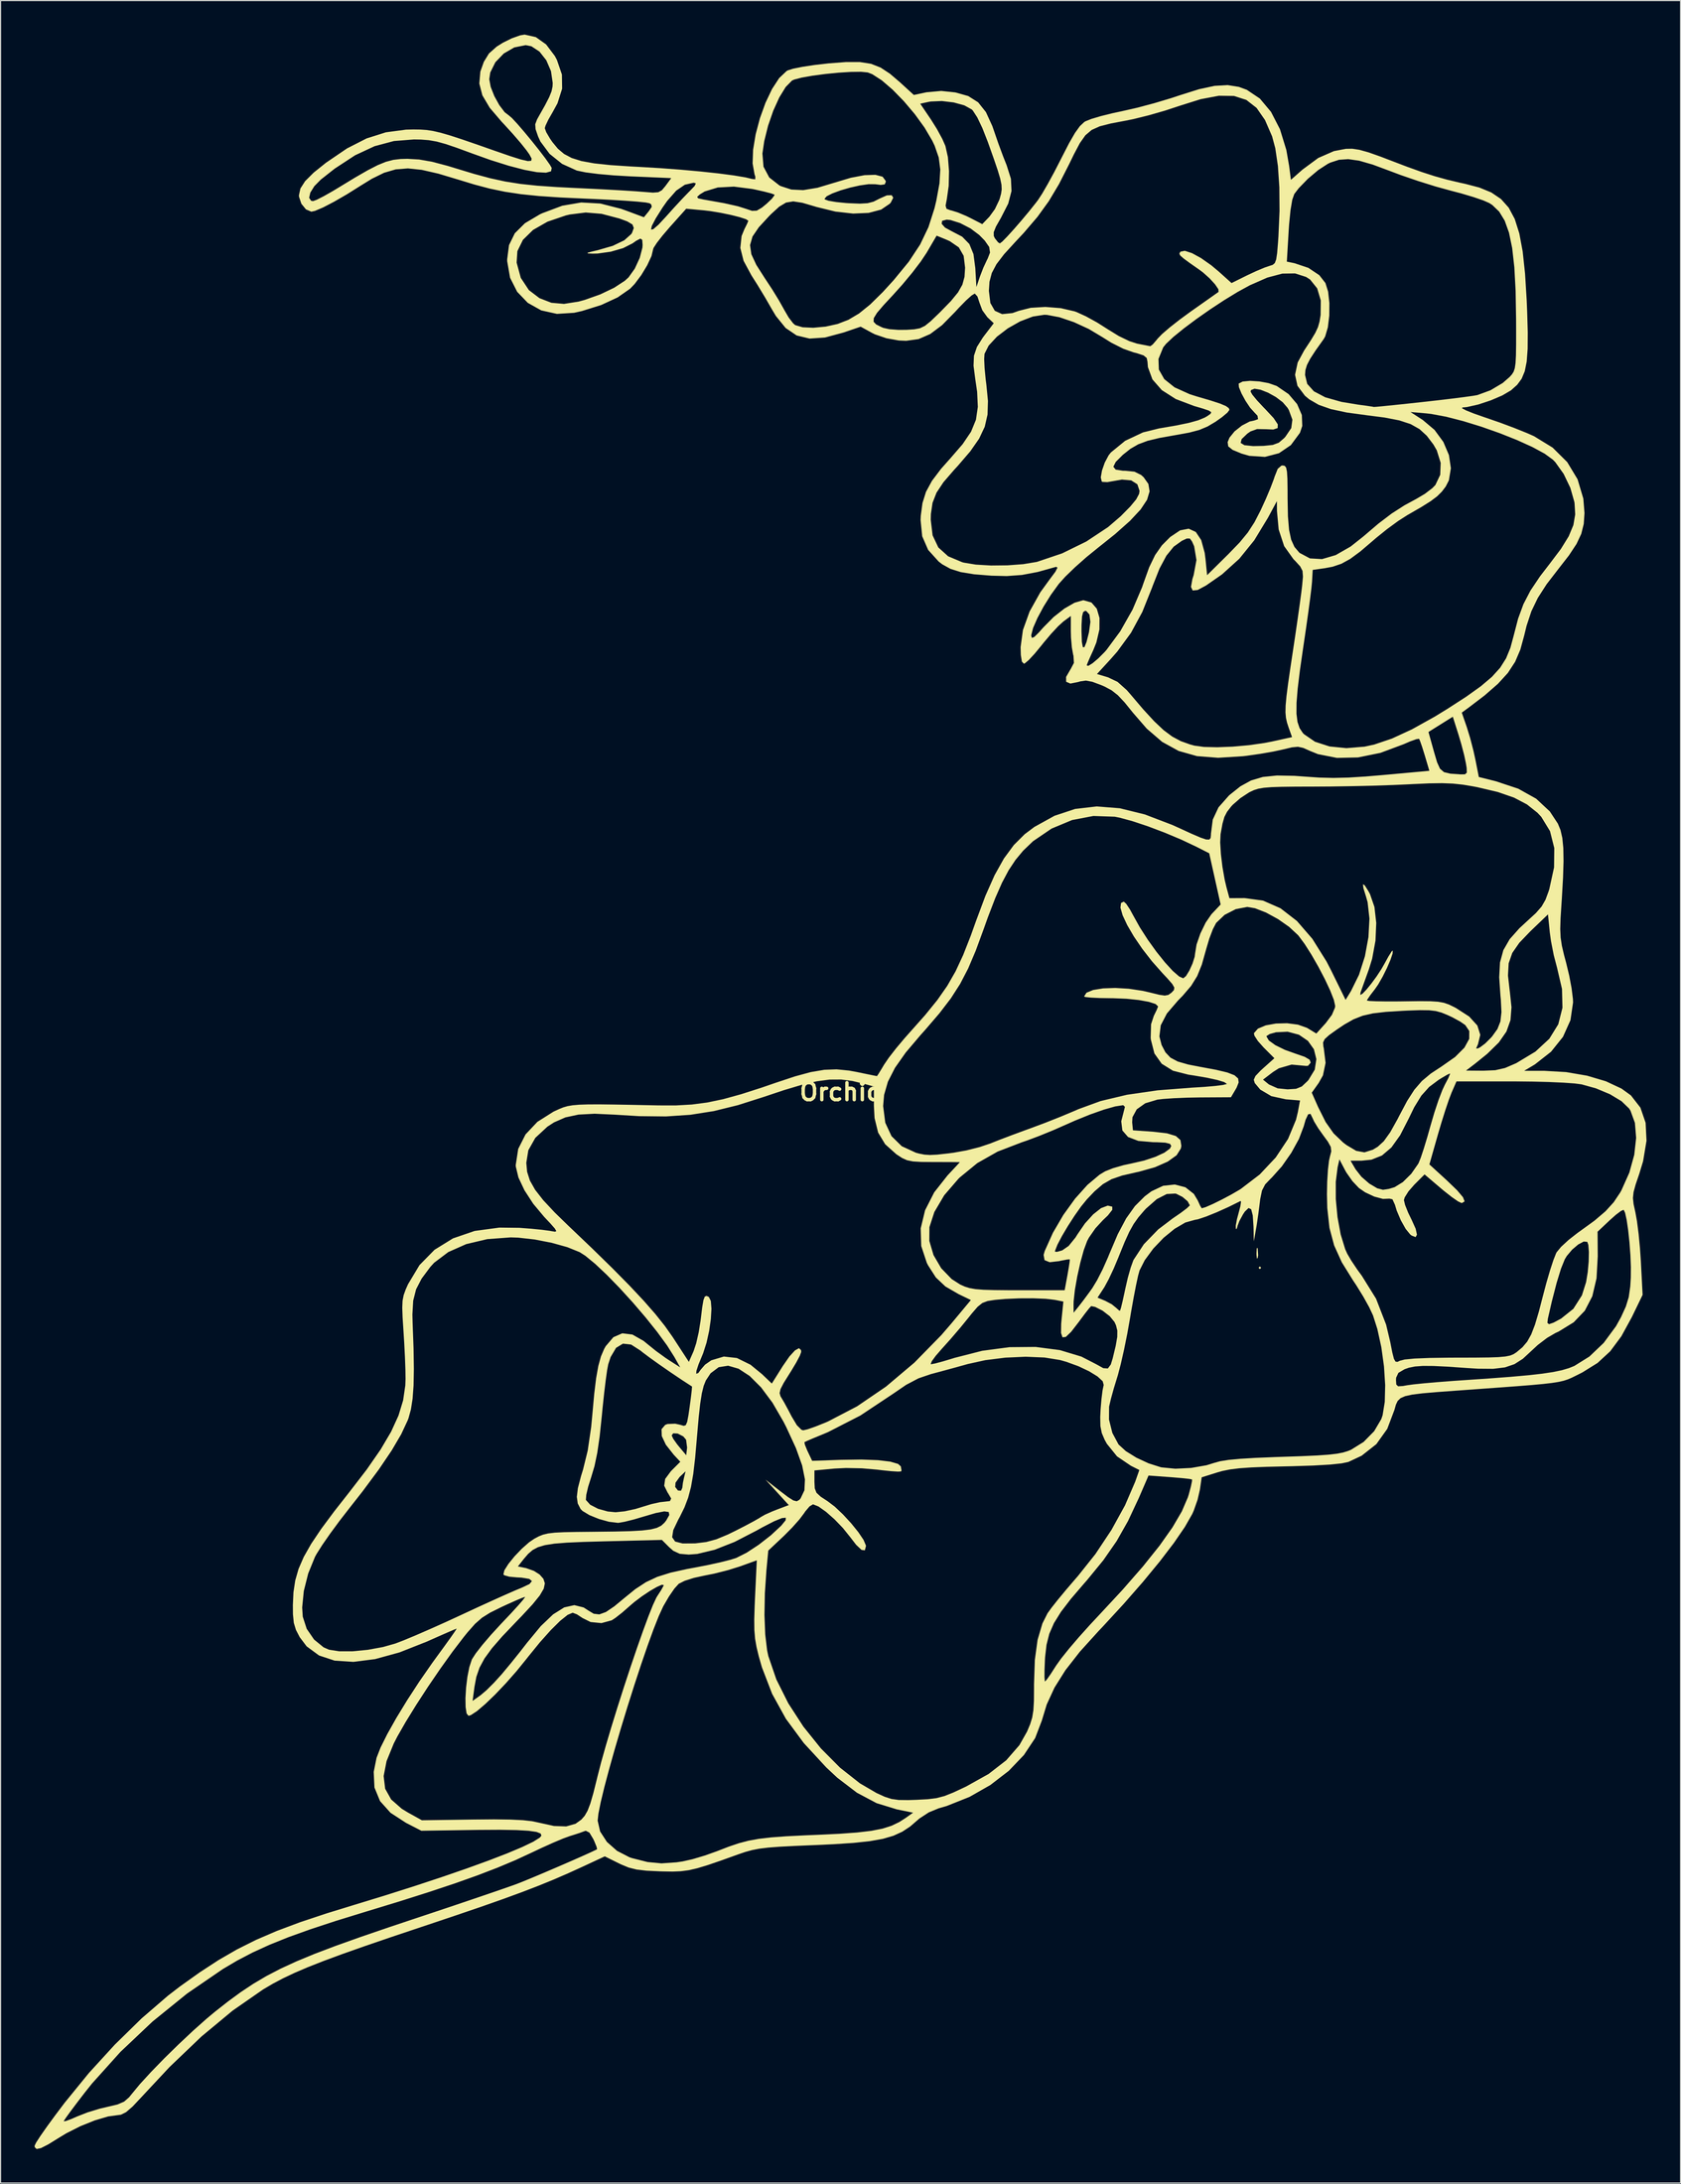
<source format=kicad_pcb>
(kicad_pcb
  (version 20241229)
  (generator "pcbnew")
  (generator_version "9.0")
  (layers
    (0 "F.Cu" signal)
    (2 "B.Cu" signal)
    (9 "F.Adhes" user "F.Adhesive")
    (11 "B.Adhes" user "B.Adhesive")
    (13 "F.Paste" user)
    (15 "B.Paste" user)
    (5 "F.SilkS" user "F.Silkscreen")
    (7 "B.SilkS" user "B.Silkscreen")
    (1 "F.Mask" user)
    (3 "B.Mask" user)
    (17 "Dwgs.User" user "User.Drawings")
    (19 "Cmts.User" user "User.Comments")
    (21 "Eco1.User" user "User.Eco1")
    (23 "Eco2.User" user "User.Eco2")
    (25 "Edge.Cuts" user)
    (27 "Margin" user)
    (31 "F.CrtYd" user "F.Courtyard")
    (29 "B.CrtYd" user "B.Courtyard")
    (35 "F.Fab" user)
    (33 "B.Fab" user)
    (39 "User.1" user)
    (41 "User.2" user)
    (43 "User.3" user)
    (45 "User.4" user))
  (footprint "Orchid"
    (layer "F.Cu")
    (at 71.073 93.209)
    (property "Reference" "Orchid" (at 0 0 0) (layer "F.SilkS") (effects (font (size 1.5 1.5) (thickness 0.3))))
    (attr board_only exclude_from_pos_files exclude_from_bom)
    (fp_poly (pts (xy 37.051 15.496) (xy 36.935 15.613) (xy 36.818 15.496) (xy 36.935 15.38)) (stroke (width 0) (type solid)) (fill yes) (layer "F.SilkS"))
    (fp_poly (pts (xy 36.746 13.807) (xy 36.782 14.398) (xy 36.746 14.622) (xy 36.678 14.695) (xy 36.642 14.373) (xy 36.639 14.215) (xy 36.664 13.791) (xy 36.724 13.741)) (stroke (width 0) (type solid)) (fill yes) (layer "F.SilkS"))
    (fp_poly (pts (xy 36.884 -62.637) (xy 37.71 -62.485) (xy 38.406 -62.24) (xy 38.43 -62.229) (xy 39.471 -61.518) (xy 40.22 -60.638) (xy 40.636 -59.675) (xy 40.675 -58.711) (xy 40.473 -58.11) (xy 39.67 -57.022) (xy 38.62 -56.306) (xy 37.381 -55.983) (xy 36.011 -56.075) (xy 35.333 -56.269) (xy 34.541 -56.597) (xy 34.148 -56.91) (xy 34.105 -57.216) (xy 35.243 -57.216) (xy 35.576 -57.013) (xy 36.342 -56.934) (xy 37.265 -56.954) (xy 38.071 -57.037) (xy 38.608 -57.236) (xy 39.072 -57.633) (xy 39.188 -57.759) (xy 39.705 -58.523) (xy 39.804 -59.265) (xy 39.495 -60.105) (xy 39.376 -60.309) (xy 38.951 -60.802) (xy 38.345 -61.262) (xy 37.661 -61.643) (xy 37.001 -61.902) (xy 36.466 -61.994) (xy 36.157 -61.875) (xy 36.119 -61.737) (xy 36.274 -61.465) (xy 36.684 -60.967) (xy 37.269 -60.341) (xy 37.415 -60.193) (xy 38.155 -59.397) (xy 38.518 -58.849) (xy 38.506 -58.524) (xy 38.119 -58.395) (xy 37.477 -58.423) (xy 36.693 -58.437) (xy 36.107 -58.226) (xy 35.828 -58.03) (xy 35.33 -57.552) (xy 35.243 -57.216) (xy 34.105 -57.216) (xy 34.096 -57.286) (xy 34.257 -57.678) (xy 34.704 -58.231) (xy 35.357 -58.748) (xy 36.038 -59.103) (xy 36.438 -59.189) (xy 36.776 -59.307) (xy 36.727 -59.611) (xy 36.455 -59.899) (xy 36.075 -60.322) (xy 35.67 -60.928) (xy 35.316 -61.578) (xy 35.09 -62.131) (xy 35.066 -62.444) (xy 35.417 -62.626) (xy 36.071 -62.687)) (stroke (width 0) (type solid)) (fill yes) (layer "F.SilkS"))
    (fp_poly (pts (xy -26.89 -92.987) (xy -25.984 -92.343) (xy -25.214 -91.323) (xy -25.031 -90.978) (xy -24.588 -89.689) (xy -24.57 -88.438) (xy -24.981 -87.149) (xy -25.403 -86.379) (xy -25.786 -85.711) (xy -26.039 -85.175) (xy -26.099 -84.958) (xy -25.971 -84.605) (xy -25.644 -84.047) (xy -25.428 -83.733) (xy -24.946 -83.149) (xy -24.4 -82.688) (xy -23.727 -82.331) (xy -22.863 -82.06) (xy -21.745 -81.857) (xy -20.309 -81.704) (xy -18.491 -81.583) (xy -17.798 -81.547) (xy -15.953 -81.438) (xy -14.113 -81.3) (xy -12.357 -81.14) (xy -10.764 -80.968) (xy -9.413 -80.79) (xy -8.385 -80.617) (xy -7.843 -80.486) (xy -7.548 -80.447) (xy -7.539 -80.686) (xy -7.609 -80.896) (xy -7.779 -81.851) (xy -7.735 -83.059) (xy -7.51 -84.419) (xy -7.136 -85.831) (xy -6.644 -87.195) (xy -6.067 -88.411) (xy -5.437 -89.377) (xy -4.786 -89.994) (xy -4.682 -90.054) (xy -4.207 -90.204) (xy -3.382 -90.369) (xy -2.322 -90.53) (xy -1.141 -90.666) (xy -1.103 -90.67) (xy 0.462 -90.79) (xy 1.679 -90.788) (xy 2.656 -90.636) (xy 3.501 -90.304) (xy 4.323 -89.764) (xy 5.201 -89.014) (xy 6.433 -87.888) (xy 7.543 -88.125) (xy 8.847 -88.243) (xy 10.094 -88.112) (xy 11.226 -87.794) (xy 12.102 -87.239) (xy 12.789 -86.378) (xy 13.356 -85.141) (xy 13.514 -84.685) (xy 13.884 -83.612) (xy 14.306 -82.472) (xy 14.615 -81.693) (xy 14.992 -80.501) (xy 15.044 -79.419) (xy 14.756 -78.314) (xy 14.114 -77.059) (xy 14.096 -77.028) (xy 13.67 -76.279) (xy 13.477 -75.793) (xy 13.483 -75.453) (xy 13.579 -75.252) (xy 13.862 -74.898) (xy 14.018 -74.802) (xy 14.236 -74.97) (xy 14.675 -75.418) (xy 15.262 -76.065) (xy 15.925 -76.829) (xy 16.592 -77.627) (xy 17.191 -78.378) (xy 17.378 -78.624) (xy 17.742 -79.181) (xy 18.243 -80.046) (xy 18.818 -81.103) (xy 19.402 -82.24) (xy 19.458 -82.351) (xy 20.114 -83.629) (xy 20.637 -84.538) (xy 21.068 -85.139) (xy 21.449 -85.497) (xy 21.555 -85.564) (xy 22.073 -85.772) (xy 22.919 -86.025) (xy 23.963 -86.284) (xy 24.761 -86.454) (xy 26.094 -86.757) (xy 27.627 -87.164) (xy 29.125 -87.612) (xy 29.887 -87.865) (xy 31.571 -88.396) (xy 32.941 -88.691) (xy 34.082 -88.758) (xy 35.08 -88.602) (xy 35.783 -88.344) (xy 36.938 -87.57) (xy 37.92 -86.398) (xy 38.707 -84.872) (xy 39.272 -83.034) (xy 39.518 -81.624) (xy 39.673 -80.406) (xy 40.698 -81.309) (xy 42.084 -82.333) (xy 43.462 -82.938) (xy 44.51 -83.138) (xy 45.076 -83.148) (xy 45.714 -83.052) (xy 46.523 -82.825) (xy 47.606 -82.441) (xy 48.238 -82.198) (xy 49.873 -81.574) (xy 51.202 -81.096) (xy 52.347 -80.725) (xy 53.432 -80.423) (xy 54.578 -80.151) (xy 55.037 -80.052) (xy 56.293 -79.723) (xy 57.337 -79.293) (xy 58.19 -78.717) (xy 58.872 -77.953) (xy 59.404 -76.956) (xy 59.807 -75.683) (xy 60.104 -74.092) (xy 60.313 -72.139) (xy 60.458 -69.78) (xy 60.498 -68.813) (xy 60.551 -66.964) (xy 60.542 -65.513) (xy 60.459 -64.391) (xy 60.287 -63.533) (xy 60.012 -62.872) (xy 59.621 -62.341) (xy 59.099 -61.874) (xy 59.059 -61.843) (xy 58.305 -61.4) (xy 57.283 -60.963) (xy 56.182 -60.599) (xy 55.193 -60.376) (xy 54.799 -60.339) (xy 54.761 -60.268) (xy 55.109 -60.083) (xy 55.784 -59.812) (xy 56.727 -59.48) (xy 56.859 -59.436) (xy 58.099 -59.006) (xy 59.355 -58.536) (xy 60.462 -58.091) (xy 61.1 -57.809) (xy 62.742 -56.802) (xy 64.032 -55.522) (xy 64.944 -54.009) (xy 65.452 -52.303) (xy 65.553 -51.033) (xy 65.488 -50.075) (xy 65.27 -49.202) (xy 64.852 -48.312) (xy 64.185 -47.301) (xy 63.284 -46.143) (xy 62.218 -44.761) (xy 61.437 -43.549) (xy 60.87 -42.373) (xy 60.448 -41.099) (xy 60.239 -40.242) (xy 59.898 -38.996) (xy 59.439 -37.922) (xy 58.801 -36.943) (xy 57.923 -35.98) (xy 56.746 -34.953) (xy 55.373 -33.906) (xy 54.737 -33.439) (xy 55.18 -32.158) (xy 55.473 -31.202) (xy 55.764 -30.079) (xy 55.931 -29.322) (xy 56.238 -27.767) (xy 57.742 -27.39) (xy 59.713 -26.735) (xy 61.291 -25.854) (xy 62.497 -24.732) (xy 63.208 -23.652) (xy 63.44 -23.088) (xy 63.599 -22.392) (xy 63.687 -21.502) (xy 63.707 -20.353) (xy 63.662 -18.883) (xy 63.556 -17.029) (xy 63.523 -16.545) (xy 63.444 -15.293) (xy 63.416 -14.362) (xy 63.451 -13.609) (xy 63.559 -12.891) (xy 63.753 -12.066) (xy 63.935 -11.387) (xy 64.207 -10.259) (xy 64.417 -9.14) (xy 64.533 -8.207) (xy 64.546 -7.891) (xy 64.317 -6.328) (xy 63.658 -4.861) (xy 62.604 -3.546) (xy 61.19 -2.438) (xy 61.053 -2.354) (xy 60.238 -1.866) (xy 62.001 -1.865) (xy 63.938 -1.753) (xy 65.784 -1.436) (xy 67.442 -0.943) (xy 68.816 -0.299) (xy 69.645 0.303) (xy 70.482 1.38) (xy 70.941 2.717) (xy 71.02 4.297) (xy 70.719 6.104) (xy 70.384 7.207) (xy 70.06 8.16) (xy 69.879 8.823) (xy 69.824 9.347) (xy 69.88 9.88) (xy 70.031 10.572) (xy 70.035 10.586) (xy 70.18 11.392) (xy 70.323 12.509) (xy 70.445 13.784) (xy 70.523 14.942) (xy 70.676 17.884) (xy 69.73 19.838) (xy 68.803 21.535) (xy 67.823 22.855) (xy 66.707 23.886) (xy 65.377 24.716) (xy 65.171 24.821) (xy 64.757 25.029) (xy 64.407 25.2) (xy 64.074 25.341) (xy 63.708 25.459) (xy 63.26 25.56) (xy 62.681 25.651) (xy 61.922 25.739) (xy 60.934 25.831) (xy 59.669 25.932) (xy 58.077 26.051) (xy 56.11 26.194) (xy 54.179 26.334) (xy 52.526 26.456) (xy 51.277 26.564) (xy 50.369 26.677) (xy 49.742 26.814) (xy 49.334 26.994) (xy 49.084 27.237) (xy 48.929 27.563) (xy 48.809 27.989) (xy 48.8 28.022) (xy 48.167 29.696) (xy 47.205 31.042) (xy 45.907 32.064) (xy 44.741 32.612) (xy 44.141 32.739) (xy 43.101 32.846) (xy 41.646 32.93) (xy 39.801 32.99) (xy 39.265 33.001) (xy 37.523 33.043) (xy 36.167 33.097) (xy 35.12 33.172) (xy 34.302 33.274) (xy 33.634 33.409) (xy 33.206 33.529) (xy 31.808 33.969) (xy 31.652 35.048) (xy 31.444 35.949) (xy 31.108 36.906) (xy 30.98 37.195) (xy 30.327 38.341) (xy 29.361 39.751) (xy 28.116 41.382) (xy 26.628 43.189) (xy 24.932 45.128) (xy 23.064 47.154) (xy 22.705 47.532) (xy 21.07 49.34) (xy 19.794 50.975) (xy 18.834 52.505) (xy 18.148 53.995) (xy 17.716 55.415) (xy 17.129 56.953) (xy 16.138 58.446) (xy 14.802 59.843) (xy 13.182 61.092) (xy 11.339 62.142) (xy 9.334 62.941) (xy 8.622 63.147) (xy 7.752 63.505) (xy 6.92 64.049) (xy 6.758 64.191) (xy 6.1 64.757) (xy 5.414 65.209) (xy 4.637 65.564) (xy 3.704 65.837) (xy 2.551 66.042) (xy 1.113 66.196) (xy -0.674 66.313) (xy -2.447 66.394) (xy -4.122 66.464) (xy -5.414 66.532) (xy -6.407 66.609) (xy -7.183 66.703) (xy -7.825 66.827) (xy -8.417 66.99) (xy -9.041 67.202) (xy -9.088 67.219) (xy -10.591 67.758) (xy -11.751 68.155) (xy -12.661 68.429) (xy -13.415 68.602) (xy -14.106 68.693) (xy -14.827 68.722) (xy -15.673 68.709) (xy -15.964 68.701) (xy -17.143 68.644) (xy -18.005 68.543) (xy -18.697 68.37) (xy -19.368 68.094) (xy -19.553 68.004) (xy -20.81 67.381) (xy -22.814 68.314) (xy -24.067 68.884) (xy -25.326 69.429) (xy -26.653 69.97) (xy -28.108 70.531) (xy -29.753 71.134) (xy -31.647 71.802) (xy -33.853 72.557) (xy -36.43 73.424) (xy -36.996 73.612) (xy -39.698 74.518) (xy -42.001 75.307) (xy -43.952 75.996) (xy -45.598 76.605) (xy -46.985 77.151) (xy -48.16 77.654) (xy -49.171 78.132) (xy -50.063 78.602) (xy -50.884 79.085) (xy -50.962 79.134) (xy -53.617 80.979) (xy -56.362 83.259) (xy -59.18 85.956) (xy -61.657 88.609) (xy -62.434 89.435) (xy -63.013 89.933) (xy -63.463 90.156) (xy -63.662 90.182) (xy -64.589 90.308) (xy -65.758 90.653) (xy -67.031 91.164) (xy -68.271 91.79) (xy -68.873 92.153) (xy -69.85 92.759) (xy -70.507 93.095) (xy -70.894 93.178) (xy -71.059 93.022) (xy -71.073 92.888) (xy -70.937 92.608) (xy -70.559 92.025) (xy -69.983 91.203) (xy -69.641 90.734) (xy -68.51 90.734) (xy -68.32 90.714) (xy -67.829 90.532) (xy -67.319 90.308) (xy -66.405 89.951) (xy -65.322 89.621) (xy -64.634 89.459) (xy -63.756 89.251) (xy -63.18 89) (xy -62.744 88.62) (xy -62.511 88.332) (xy -61.797 87.469) (xy -60.811 86.393) (xy -59.643 85.191) (xy -58.377 83.949) (xy -57.103 82.752) (xy -55.906 81.687) (xy -55.189 81.088) (xy -54.022 80.171) (xy -52.911 79.357) (xy -51.804 78.62) (xy -50.649 77.938) (xy -49.395 77.286) (xy -47.989 76.639) (xy -46.381 75.974) (xy -44.518 75.267) (xy -42.349 74.493) (xy -39.822 73.627) (xy -37.75 72.934) (xy -35.879 72.31) (xy -34.077 71.705) (xy -32.411 71.141) (xy -30.947 70.642) (xy -29.75 70.23) (xy -28.888 69.927) (xy -28.546 69.803) (xy -27.93 69.559) (xy -27.06 69.199) (xy -26.025 68.762) (xy -24.917 68.288) (xy -23.829 67.816) (xy -22.85 67.385) (xy -22.074 67.036) (xy -21.59 66.807) (xy -21.487 66.75) (xy -21.534 66.534) (xy -21.733 66.049) (xy -21.825 65.852) (xy -22.165 65.288) (xy -22.478 65.128) (xy -22.592 65.158) (xy -23.04 65.323) (xy -23.703 65.536) (xy -23.885 65.591) (xy -24.476 65.806) (xy -25.355 66.175) (xy -26.393 66.642) (xy -27.264 67.054) (xy -28.701 67.718) (xy -30.276 68.38) (xy -32.042 69.058) (xy -34.053 69.773) (xy -36.362 70.542) (xy -39.021 71.385) (xy -41.868 72.255) (xy -44.51 73.07) (xy -46.763 73.812) (xy -48.693 74.505) (xy -50.365 75.177) (xy -51.847 75.854) (xy -53.203 76.562) (xy -54.482 77.317) (xy -57.631 79.475) (xy -60.675 81.941) (xy -63.504 84.616) (xy -66.009 87.403) (xy -66.66 88.22) (xy -67.352 89.122) (xy -67.926 89.888) (xy -68.328 90.445) (xy -68.506 90.72) (xy -68.51 90.734) (xy -69.641 90.734) (xy -69.254 90.205) (xy -68.422 89.101) (xy -66.288 86.48) (xy -63.997 83.971) (xy -61.643 81.668) (xy -59.318 79.663) (xy -58.257 78.847) (xy -56.508 77.601) (xy -54.862 76.527) (xy -53.236 75.587) (xy -51.549 74.742) (xy -49.72 73.955) (xy -47.668 73.187) (xy -45.31 72.401) (xy -42.936 71.669) (xy -40.189 70.828) (xy -37.593 70.003) (xy -35.183 69.207) (xy -32.993 68.452) (xy -31.058 67.75) (xy -29.411 67.115) (xy -28.087 66.558) (xy -27.121 66.094) (xy -26.546 65.734) (xy -26.396 65.557) (xy -26.464 65.37) (xy -26.83 65.227) (xy -27.526 65.127) (xy -28.582 65.065) (xy -30.031 65.04) (xy -31.906 65.049) (xy -32.483 65.057) (xy -36.981 65.124) (xy -38.333 64.429) (xy -39.697 63.543) (xy -40.622 62.51) (xy -41.114 61.313) (xy -41.162 60.305) (xy -40.304 60.305) (xy -40.171 61.419) (xy -39.642 62.366) (xy -38.709 63.186) (xy -38.164 63.518) (xy -36.935 64.199) (xy -32.391 64.135) (xy -30.557 64.121) (xy -29.125 64.139) (xy -28.034 64.192) (xy -27.222 64.283) (xy -26.682 64.398) (xy -25.289 64.705) (xy -24.212 64.743) (xy -23.382 64.506) (xy -23.001 64.232) (xy -21.439 64.232) (xy -21.221 65.188) (xy -20.625 66.106) (xy -19.733 66.894) (xy -18.631 67.462) (xy -18.409 67.536) (xy -17.041 67.881) (xy -15.811 67.998) (xy -14.479 67.905) (xy -13.942 67.825) (xy -13.061 67.626) (xy -11.977 67.303) (xy -10.91 66.923) (xy -10.82 66.887) (xy -9.85 66.513) (xy -8.984 66.222) (xy -8.137 66) (xy -7.22 65.834) (xy -6.147 65.71) (xy -4.83 65.613) (xy -3.182 65.53) (xy -2.097 65.485) (xy -0.129 65.392) (xy 1.442 65.278) (xy 2.687 65.131) (xy 3.674 64.937) (xy 4.473 64.683) (xy 5.154 64.356) (xy 5.688 64.013) (xy 6.366 63.532) (xy 4.933 63.24) (xy 3.151 62.693) (xy 1.421 61.775) (xy -0.313 60.452) (xy -1.29 59.539) (xy -3.272 57.388) (xy -4.846 55.253) (xy -6.059 53.054) (xy -6.959 50.714) (xy -7.234 49.751) (xy -7.432 48.931) (xy -7.56 48.198) (xy -7.624 47.427) (xy -7.634 46.496) (xy -7.622 46.11) (xy -6.733 46.11) (xy -6.667 47.816) (xy -6.501 49.214) (xy -6.395 49.718) (xy -5.686 51.788) (xy -4.632 53.893) (xy -3.301 55.947) (xy -1.759 57.865) (xy -0.074 59.56) (xy 1.685 60.948) (xy 3.146 61.801) (xy 3.863 62.128) (xy 4.461 62.322) (xy 5.099 62.411) (xy 5.937 62.421) (xy 6.664 62.398) (xy 7.658 62.345) (xy 8.426 62.249) (xy 9.124 62.067) (xy 9.907 61.757) (xy 10.934 61.277) (xy 11.04 61.226) (xy 13.022 60.119) (xy 14.578 58.913) (xy 15.739 57.578) (xy 16.415 56.381) (xy 16.688 55.729) (xy 16.868 55.147) (xy 16.972 54.507) (xy 17.02 53.684) (xy 17.029 52.549) (xy 17.028 52.235) (xy 17.049 51.59) (xy 17.951 51.59) (xy 17.98 51.939) (xy 17.997 51.965) (xy 18.166 51.782) (xy 18.503 51.301) (xy 18.937 50.625) (xy 18.96 50.587) (xy 19.412 49.951) (xy 20.115 49.073) (xy 20.995 48.043) (xy 21.976 46.951) (xy 22.664 46.215) (xy 24.826 43.889) (xy 26.631 41.823) (xy 28.094 39.995) (xy 29.232 38.384) (xy 30.059 36.97) (xy 30.59 35.732) (xy 30.672 35.472) (xy 30.857 34.778) (xy 30.956 34.296) (xy 30.956 34.154) (xy 30.703 34.107) (xy 30.1 34.041) (xy 29.265 33.969) (xy 29 33.949) (xy 27.123 33.811) (xy 26.268 35.787) (xy 25.317 37.818) (xy 24.309 39.593) (xy 23.139 41.276) (xy 21.703 43.029) (xy 21.447 43.32) (xy 20.276 44.687) (xy 19.404 45.825) (xy 18.785 46.821) (xy 18.375 47.761) (xy 18.13 48.732) (xy 18.004 49.821) (xy 17.991 50.043) (xy 17.955 50.922) (xy 17.951 51.59) (xy 17.049 51.59) (xy 17.1 50.069) (xy 17.343 48.291) (xy 17.768 46.852) (xy 18.219 45.953) (xy 18.555 45.485) (xy 19.128 44.76) (xy 19.865 43.871) (xy 20.692 42.906) (xy 20.892 42.677) (xy 22.437 40.737) (xy 23.852 38.608) (xy 25.051 36.434) (xy 25.946 34.357) (xy 25.984 34.251) (xy 26.311 33.324) (xy 25.564 32.947) (xy 24.344 32.121) (xy 23.446 31.008) (xy 23.253 30.657) (xy 23.001 30.066) (xy 22.878 29.449) (xy 22.867 28.875) (xy 23.637 28.875) (xy 23.933 30.056) (xy 24.47 31.058) (xy 24.492 31.086) (xy 25.12 31.658) (xy 26.05 32.235) (xy 27.124 32.734) (xy 28.186 33.072) (xy 28.279 33.092) (xy 29.485 33.21) (xy 30.879 33.141) (xy 32.229 32.905) (xy 32.92 32.692) (xy 33.432 32.55) (xy 34.173 32.432) (xy 35.2 32.335) (xy 36.567 32.253) (xy 38.328 32.181) (xy 38.916 32.162) (xy 40.634 32.103) (xy 41.957 32.043) (xy 42.956 31.974) (xy 43.701 31.89) (xy 44.263 31.783) (xy 44.714 31.645) (xy 44.974 31.538) (xy 46.08 30.85) (xy 47.01 29.904) (xy 47.64 28.836) (xy 47.757 28.494) (xy 47.947 27.319) (xy 47.983 25.841) (xy 47.955 25.397) (xy 48.936 25.397) (xy 48.962 25.79) (xy 49.125 25.945) (xy 49.551 25.919) (xy 49.926 25.852) (xy 50.492 25.775) (xy 51.421 25.68) (xy 52.609 25.576) (xy 53.955 25.472) (xy 54.878 25.409) (xy 57.184 25.252) (xy 59.076 25.108) (xy 60.608 24.97) (xy 61.831 24.832) (xy 62.798 24.686) (xy 63.561 24.526) (xy 64.172 24.346) (xy 64.654 24.152) (xy 65.989 23.319) (xy 67.246 22.119) (xy 68.328 20.65) (xy 68.77 19.854) (xy 69.199 18.913) (xy 69.453 18.086) (xy 69.587 17.154) (xy 69.636 16.369) (xy 69.644 15.441) (xy 69.6 14.365) (xy 69.516 13.243) (xy 69.403 12.18) (xy 69.271 11.28) (xy 69.131 10.646) (xy 69.006 10.388) (xy 68.771 10.485) (xy 68.309 10.834) (xy 67.779 11.306) (xy 66.707 12.319) (xy 66.722 14.49) (xy 66.615 16.424) (xy 66.243 18.005) (xy 65.581 19.282) (xy 64.601 20.303) (xy 63.277 21.117) (xy 62.987 21.25) (xy 62.258 21.675) (xy 61.435 22.302) (xy 60.861 22.833) (xy 60.119 23.519) (xy 59.378 23.993) (xy 58.54 24.279) (xy 57.506 24.405) (xy 56.178 24.395) (xy 55.111 24.328) (xy 53.483 24.214) (xy 52.242 24.154) (xy 51.31 24.148) (xy 50.612 24.199) (xy 50.071 24.308) (xy 49.693 24.441) (xy 49.149 24.76) (xy 48.948 25.188) (xy 48.936 25.397) (xy 47.955 25.397) (xy 47.878 24.189) (xy 47.644 22.497) (xy 47.293 20.895) (xy 46.909 19.691) (xy 46.572 18.973) (xy 46.051 18.036) (xy 45.434 17.036) (xy 45.145 16.603) (xy 44.16 15.016) (xy 43.484 13.526) (xy 43.073 11.983) (xy 42.88 10.238) (xy 42.851 9.017) (xy 42.873 7.92) (xy 43.628 7.92) (xy 43.63 9.438) (xy 43.781 11.038) (xy 44.061 12.561) (xy 44.455 13.847) (xy 44.636 14.253) (xy 44.998 14.871) (xy 45.519 15.65) (xy 45.924 16.204) (xy 47.178 18.221) (xy 48.065 20.506) (xy 48.428 22.031) (xy 48.612 22.967) (xy 48.754 23.521) (xy 48.895 23.77) (xy 49.072 23.792) (xy 49.272 23.694) (xy 49.708 23.581) (xy 50.575 23.498) (xy 51.883 23.445) (xy 53.643 23.421) (xy 54.334 23.419) (xy 55.918 23.416) (xy 57.106 23.403) (xy 57.967 23.372) (xy 58.571 23.319) (xy 58.988 23.236) (xy 59.288 23.117) (xy 59.541 22.955) (xy 59.563 22.939) (xy 60.083 22.503) (xy 60.501 22.009) (xy 60.855 21.374) (xy 61.186 20.516) (xy 61.235 20.352) (xy 62.284 20.352) (xy 62.427 20.469) (xy 62.825 20.333) (xy 63.493 19.975) (xy 64.573 19.112) (xy 65.327 17.926) (xy 65.696 16.758) (xy 65.839 15.886) (xy 65.922 14.959) (xy 65.941 14.111) (xy 65.893 13.478) (xy 65.798 13.211) (xy 65.481 13.187) (xy 64.998 13.446) (xy 64.464 13.899) (xy 63.993 14.458) (xy 63.816 14.751) (xy 63.484 15.571) (xy 63.099 16.824) (xy 62.671 18.482) (xy 62.326 19.982) (xy 62.284 20.352) (xy 61.235 20.352) (xy 61.532 19.352) (xy 61.859 18.095) (xy 62.184 16.864) (xy 62.513 15.738) (xy 62.812 14.823) (xy 63.047 14.226) (xy 63.095 14.133) (xy 63.489 13.654) (xy 64.151 13.043) (xy 64.952 12.416) (xy 65.14 12.283) (xy 66.437 11.341) (xy 67.404 10.516) (xy 68.129 9.718) (xy 68.701 8.861) (xy 68.813 8.659) (xy 69.506 7.109) (xy 69.939 5.543) (xy 70.106 4.051) (xy 69.998 2.722) (xy 69.606 1.647) (xy 69.483 1.455) (xy 68.817 0.814) (xy 67.805 0.203) (xy 66.565 -0.318) (xy 65.294 -0.672) (xy 64.679 -0.752) (xy 63.69 -0.822) (xy 62.42 -0.878) (xy 60.959 -0.916) (xy 59.401 -0.932) (xy 59.164 -0.932) (xy 54.269 -0.932) (xy 53.836 0.058) (xy 53.596 0.687) (xy 53.278 1.629) (xy 52.928 2.748) (xy 52.642 3.717) (xy 51.882 6.386) (xy 53.438 7.81) (xy 54.329 8.67) (xy 54.842 9.278) (xy 54.985 9.645) (xy 54.765 9.782) (xy 54.703 9.784) (xy 54.401 9.64) (xy 53.853 9.259) (xy 53.161 8.714) (xy 52.934 8.524) (xy 51.456 7.267) (xy 50.545 8.178) (xy 50.036 8.763) (xy 49.705 9.29) (xy 49.635 9.53) (xy 49.74 9.964) (xy 50.011 10.641) (xy 50.319 11.274) (xy 50.672 12.057) (xy 50.786 12.58) (xy 50.666 12.795) (xy 50.317 12.659) (xy 50.19 12.561) (xy 49.79 12.07) (xy 49.362 11.309) (xy 48.999 10.456) (xy 48.843 9.941) (xy 48.624 9.461) (xy 48.361 9.402) (xy 47.791 9.427) (xy 47.021 9.222) (xy 46.217 8.845) (xy 45.67 8.467) (xy 45.098 7.862) (xy 44.564 7.103) (xy 44.452 6.903) (xy 44.01 6.059) (xy 44.931 6.059) (xy 45.373 6.815) (xy 45.891 7.476) (xy 46.576 8.071) (xy 47.281 8.49) (xy 47.79 8.622) (xy 48.322 8.54) (xy 48.813 8.391) (xy 49.54 7.944) (xy 50.281 7.212) (xy 50.886 6.346) (xy 50.936 6.254) (xy 51.125 5.783) (xy 51.392 4.979) (xy 51.701 3.961) (xy 51.975 2.991) (xy 52.315 1.83) (xy 52.679 0.732) (xy 53.021 -0.163) (xy 53.244 -0.641) (xy 53.543 -1.21) (xy 53.693 -1.568) (xy 53.692 -1.631) (xy 53.45 -1.518) (xy 52.958 -1.231) (xy 52.689 -1.064) (xy 51.859 -0.442) (xy 51.174 0.322) (xy 50.546 1.344) (xy 50.074 2.314) (xy 49.304 3.814) (xy 48.53 4.894) (xy 47.702 5.598) (xy 46.77 5.97) (xy 45.897 6.059) (xy 44.931 6.059) (xy 44.01 6.059) (xy 43.95 5.942) (xy 43.79 6.641) (xy 43.628 7.92) (xy 42.873 7.92) (xy 42.874 7.891) (xy 42.938 6.858) (xy 43.032 6.057) (xy 43.108 5.715) (xy 43.232 5.233) (xy 43.188 4.84) (xy 42.929 4.373) (xy 42.557 3.868) (xy 42.08 3.196) (xy 41.72 2.604) (xy 41.597 2.335) (xy 41.4 1.932) (xy 41.195 1.968) (xy 40.969 2.451) (xy 40.8 3.039) (xy 40.383 4.14) (xy 39.707 5.368) (xy 38.875 6.557) (xy 37.991 7.544) (xy 37.9 7.628) (xy 37.405 8.147) (xy 37.125 8.686) (xy 36.968 9.44) (xy 36.934 9.718) (xy 36.809 10.696) (xy 36.665 11.682) (xy 36.592 12.117) (xy 36.404 13.166) (xy 36.375 11.884) (xy 36.311 10.887) (xy 36.17 10.339) (xy 35.941 10.228) (xy 35.614 10.541) (xy 35.452 10.784) (xy 35.134 11.369) (xy 34.963 11.819) (xy 34.954 11.892) (xy 34.879 12.09) (xy 34.822 12.063) (xy 34.809 11.784) (xy 34.917 11.209) (xy 35.047 10.725) (xy 35.216 10.081) (xy 35.275 9.68) (xy 35.238 9.608) (xy 34.185 10.13) (xy 33.135 10.603) (xy 32.199 10.981) (xy 31.488 11.219) (xy 31.192 11.276) (xy 30.368 11.506) (xy 29.421 12.062) (xy 28.446 12.859) (xy 27.538 13.811) (xy 26.789 14.83) (xy 26.33 15.735) (xy 26.203 16.197) (xy 26.025 17.019) (xy 25.815 18.101) (xy 25.593 19.343) (xy 25.498 19.911) (xy 25.248 21.314) (xy 24.964 22.718) (xy 24.677 23.982) (xy 24.418 24.966) (xy 24.356 25.167) (xy 24.06 26.132) (xy 23.809 27.041) (xy 23.652 27.709) (xy 23.645 27.751) (xy 23.637 28.875) (xy 22.867 28.875) (xy 22.863 28.638) (xy 22.896 27.977) (xy 22.973 27.071) (xy 23.067 26.316) (xy 23.162 25.861) (xy 23.172 25.834) (xy 23.08 25.497) (xy 22.623 25.077) (xy 21.883 24.621) (xy 20.943 24.176) (xy 19.886 23.79) (xy 19.325 23.63) (xy 17.95 23.407) (xy 16.29 23.339) (xy 14.498 23.419) (xy 12.727 23.642) (xy 11.185 23.983) (xy 10.064 24.296) (xy 8.861 24.624) (xy 7.923 24.875) (xy 6.842 25.244) (xy 5.759 25.815) (xy 4.605 26.604) (xy 1.719 28.523) (xy -1.13 29.982) (xy -1.665 30.207) (xy -2.415 30.515) (xy -2.97 30.753) (xy -3.213 30.87) (xy -3.214 30.871) (xy -3.169 31.099) (xy -2.971 31.585) (xy -2.906 31.724) (xy -2.53 32.514) (xy 0.024 32.426) (xy 1.811 32.401) (xy 3.266 32.455) (xy 4.355 32.584) (xy 5.044 32.786) (xy 5.286 33.002) (xy 5.347 33.36) (xy 5.314 33.446) (xy 5.052 33.465) (xy 4.44 33.427) (xy 3.591 33.339) (xy 3.204 33.291) (xy 1.857 33.175) (xy 0.444 33.148) (xy -0.566 33.197) (xy -2.33 33.363) (xy -2.33 34.357) (xy -2.301 34.937) (xy -2.15 35.328) (xy -1.778 35.675) (xy -1.179 36.066) (xy -0.535 36.555) (xy 0.188 37.239) (xy 0.908 38.02) (xy 1.541 38.803) (xy 2.002 39.488) (xy 2.21 39.978) (xy 2.214 40.03) (xy 2.114 40.405) (xy 1.823 40.366) (xy 1.348 39.918) (xy 0.816 39.229) (xy 0.179 38.437) (xy -0.561 37.67) (xy -1.309 37.01) (xy -1.967 36.543) (xy -2.44 36.353) (xy -2.461 36.352) (xy -2.764 36.534) (xy -3.145 36.986) (xy -3.239 37.13) (xy -3.649 37.675) (xy -4.278 38.384) (xy -4.997 39.11) (xy -5.059 39.169) (xy -6.399 40.43) (xy -6.562 42.178) (xy -6.699 44.196) (xy -6.733 46.11) (xy -7.622 46.11) (xy -7.597 45.28) (xy -7.566 44.587) (xy -7.41 41.287) (xy -8.89 41.821) (xy -9.94 42.149) (xy -11.154 42.456) (xy -12.053 42.636) (xy -12.972 42.836) (xy -13.773 43.092) (xy -14.286 43.349) (xy -14.291 43.353) (xy -14.671 43.773) (xy -15.152 44.47) (xy -15.635 45.299) (xy -15.673 45.372) (xy -16.051 46.196) (xy -16.513 47.365) (xy -17.04 48.814) (xy -17.611 50.477) (xy -18.207 52.289) (xy -18.807 54.183) (xy -19.391 56.095) (xy -19.939 57.959) (xy -20.431 59.709) (xy -20.847 61.278) (xy -21.167 62.603) (xy -21.371 63.616) (xy -21.439 64.232) (xy -23.001 64.232) (xy -22.875 64.141) (xy -22.58 63.803) (xy -22.326 63.359) (xy -22.083 62.724) (xy -21.818 61.812) (xy -21.5 60.538) (xy -21.456 60.354) (xy -21.141 59.127) (xy -20.728 57.658) (xy -20.241 56.016) (xy -19.7 54.266) (xy -19.128 52.475) (xy -18.546 50.709) (xy -17.977 49.034) (xy -17.443 47.518) (xy -16.966 46.226) (xy -16.567 45.225) (xy -16.268 44.581) (xy -16.191 44.451) (xy -15.839 43.907) (xy -15.635 43.535) (xy -15.613 43.467) (xy -15.781 43.437) (xy -16.222 43.631) (xy -16.838 43.988) (xy -17.53 44.45) (xy -18.202 44.957) (xy -18.617 45.313) (xy -19.274 45.889) (xy -19.872 46.358) (xy -20.2 46.573) (xy -21.106 46.82) (xy -22.061 46.725) (xy -22.773 46.372) (xy -23.267 46.046) (xy -23.636 45.907) (xy -23.642 45.906) (xy -24.083 46.092) (xy -24.741 46.617) (xy -25.57 47.437) (xy -26.526 48.508) (xy -27.563 49.783) (xy -27.695 49.953) (xy -28.588 51.054) (xy -29.533 52.127) (xy -30.47 53.112) (xy -31.338 53.948) (xy -32.075 54.576) (xy -32.619 54.933) (xy -32.822 54.993) (xy -32.99 54.784) (xy -33.078 54.225) (xy -33.087 53.679) (xy -32.462 53.679) (xy -31.752 53.173) (xy -31.241 52.739) (xy -30.58 52.081) (xy -29.91 51.342) (xy -29.895 51.326) (xy -29.129 50.404) (xy -28.288 49.358) (xy -27.662 48.552) (xy -26.45 47.083) (xy -25.363 46.047) (xy -24.384 45.435) (xy -23.494 45.235) (xy -22.675 45.44) (xy -22.278 45.697) (xy -21.785 45.994) (xy -21.29 46.051) (xy -20.712 45.842) (xy -19.97 45.34) (xy -19.134 44.647) (xy -18.122 43.825) (xy -17.18 43.208) (xy -16.186 42.742) (xy -15.018 42.374) (xy -13.553 42.05) (xy -12.899 41.929) (xy -11.719 41.701) (xy -10.612 41.458) (xy -9.715 41.231) (xy -9.218 41.074) (xy -8.304 40.614) (xy -7.236 39.912) (xy -6.166 39.078) (xy -5.258 38.233) (xy -4.867 37.753) (xy -4.851 37.531) (xy -5.197 37.563) (xy -5.891 37.847) (xy -6.922 38.379) (xy -7.429 38.663) (xy -9.368 39.664) (xy -11.127 40.356) (xy -12.656 40.723) (xy -13.41 40.78) (xy -14.203 40.711) (xy -14.775 40.445) (xy -15.13 40.133) (xy -15.777 39.486) (xy -20.88 39.612) (xy -22.721 39.664) (xy -24.16 39.728) (xy -25.261 39.817) (xy -26.088 39.947) (xy -26.705 40.13) (xy -27.176 40.382) (xy -27.565 40.717) (xy -27.936 41.148) (xy -27.963 41.181) (xy -28.469 41.825) (xy -27.741 41.974) (xy -27.062 42.215) (xy -26.556 42.536) (xy -26.223 42.913) (xy -26.093 43.311) (xy -26.191 43.784) (xy -26.544 44.385) (xy -27.179 45.168) (xy -28.123 46.186) (xy -28.633 46.713) (xy -29.849 47.99) (xy -30.759 49.039) (xy -31.411 49.934) (xy -31.853 50.75) (xy -32.133 51.562) (xy -32.297 52.439) (xy -32.462 53.679) (xy -33.087 53.679) (xy -33.091 53.429) (xy -33.036 52.503) (xy -32.92 51.557) (xy -32.75 50.7) (xy -32.533 50.043) (xy -32.513 50) (xy -32.182 49.486) (xy -31.598 48.738) (xy -30.841 47.852) (xy -29.989 46.922) (xy -29.869 46.796) (xy -29.084 45.966) (xy -28.448 45.27) (xy -28.014 44.769) (xy -27.837 44.523) (xy -27.842 44.508) (xy -28.115 44.601) (xy -28.704 44.85) (xy -29.505 45.21) (xy -29.933 45.409) (xy -30.915 45.896) (xy -31.636 46.348) (xy -32.25 46.888) (xy -32.913 47.639) (xy -33.229 48.03) (xy -34.224 49.331) (xy -35.301 50.832) (xy -36.393 52.432) (xy -37.434 54.031) (xy -38.357 55.526) (xy -39.096 56.816) (xy -39.412 57.429) (xy -40.048 58.988) (xy -40.304 60.305) (xy -41.162 60.305) (xy -41.179 59.937) (xy -40.931 58.699) (xy -40.58 57.797) (xy -39.984 56.601) (xy -39.188 55.185) (xy -38.234 53.622) (xy -37.167 51.984) (xy -36.028 50.345) (xy -35.64 49.81) (xy -34.969 48.89) (xy -34.418 48.122) (xy -34.036 47.575) (xy -33.87 47.316) (xy -33.868 47.305) (xy -34.095 47.394) (xy -34.661 47.638) (xy -35.484 48) (xy -36.477 48.442) (xy -36.508 48.456) (xy -38.898 49.4) (xy -41.056 49.994) (xy -42.968 50.237) (xy -44.62 50.13) (xy -45.999 49.674) (xy -47.092 48.869) (xy -47.7 48.063) (xy -48.035 47.418) (xy -48.222 46.803) (xy -48.299 46.042) (xy -48.304 45.442) (xy -47.485 45.442) (xy -47.433 46.255) (xy -47.086 47.322) (xy -46.439 48.267) (xy -45.602 48.953) (xy -45.125 49.163) (xy -44.225 49.305) (xy -43.032 49.304) (xy -41.69 49.173) (xy -40.346 48.925) (xy -39.265 48.617) (xy -38.529 48.334) (xy -37.473 47.893) (xy -36.197 47.338) (xy -34.801 46.713) (xy -33.439 46.085) (xy -32.068 45.448) (xy -30.764 44.852) (xy -29.616 44.336) (xy -28.712 43.939) (xy -28.138 43.701) (xy -28.127 43.697) (xy -27.451 43.377) (xy -27.233 43.115) (xy -27.468 42.922) (xy -28.151 42.81) (xy -28.567 42.789) (xy -29.231 42.727) (xy -29.666 42.603) (xy -29.749 42.527) (xy -29.661 42.163) (xy -29.303 41.598) (xy -28.763 40.931) (xy -28.126 40.264) (xy -27.48 39.694) (xy -27.022 39.382) (xy -26.773 39.25) (xy -14.873 39.25) (xy -14.608 39.63) (xy -13.953 39.799) (xy -12.881 39.793) (xy -12.805 39.788) (xy -11.869 39.673) (xy -10.981 39.434) (xy -9.972 39.016) (xy -9.309 38.693) (xy -8.419 38.237) (xy -7.674 37.838) (xy -7.181 37.556) (xy -7.062 37.476) (xy -6.691 37.264) (xy -6.06 36.981) (xy -5.688 36.833) (xy -4.591 36.417) (xy -5.616 35.293) (xy -6.641 34.17) (xy -5.397 35.144) (xy -4.658 35.708) (xy -4.185 36.008) (xy -3.885 36.08) (xy -3.664 35.956) (xy -3.551 35.828) (xy -3.213 35.115) (xy -3.166 34.153) (xy -3.413 32.92) (xy -3.96 31.393) (xy -4.812 29.547) (xy -5.056 29.068) (xy -6.029 27.389) (xy -7.033 26.04) (xy -8.038 25.037) (xy -9.015 24.396) (xy -9.934 24.131) (xy -10.766 24.26) (xy -11.481 24.797) (xy -11.902 25.434) (xy -12.091 25.907) (xy -12.253 26.559) (xy -12.396 27.461) (xy -12.533 28.681) (xy -12.674 30.291) (xy -12.689 30.469) (xy -12.846 32.261) (xy -13.013 33.68) (xy -13.211 34.817) (xy -13.461 35.765) (xy -13.783 36.614) (xy -14.199 37.459) (xy -14.337 37.71) (xy -14.773 38.622) (xy -14.873 39.25) (xy -26.773 39.25) (xy -26.631 39.174) (xy -26.254 39.023) (xy -25.812 38.917) (xy -25.225 38.847) (xy -24.414 38.806) (xy -23.298 38.782) (xy -21.799 38.768) (xy -21.734 38.767) (xy -19.944 38.748) (xy -18.559 38.714) (xy -17.517 38.655) (xy -16.758 38.562) (xy -16.219 38.424) (xy -15.839 38.233) (xy -15.557 37.978) (xy -15.391 37.766) (xy -15.124 37.291) (xy -15.172 37.028) (xy -15.563 36.972) (xy -16.325 37.119) (xy -17.345 37.418) (xy -18.259 37.688) (xy -19.06 37.887) (xy -19.597 37.981) (xy -19.657 37.983) (xy -20.441 37.888) (xy -21.329 37.641) (xy -22.161 37.303) (xy -22.772 36.935) (xy -22.945 36.76) (xy -23.194 36.272) (xy -23.24 35.937) (xy -22.476 35.937) (xy -22.468 35.97) (xy -22.097 36.384) (xy -21.407 36.741) (xy -20.546 36.981) (xy -19.86 37.046) (xy -19.066 36.967) (xy -18.109 36.76) (xy -17.538 36.585) (xy -16.701 36.329) (xy -15.942 36.16) (xy -15.563 36.119) (xy -15.062 36.06) (xy -14.959 35.836) (xy -15.228 35.375) (xy -15.271 35.317) (xy -15.518 34.818) (xy -14.604 34.818) (xy -14.358 35.132) (xy -14.09 35.149) (xy -13.978 34.896) (xy -13.923 34.454) (xy -13.832 34.022) (xy -13.689 33.439) (xy -14.217 33.944) (xy -14.574 34.442) (xy -14.604 34.818) (xy -15.518 34.818) (xy -15.573 34.707) (xy -15.487 34.112) (xy -14.992 33.44) (xy -14.883 33.328) (xy -14.153 32.598) (xy -14.738 31.97) (xy -15.427 31.095) (xy -15.787 30.33) (xy -15.789 30.276) (xy -14.914 30.276) (xy -14.776 30.574) (xy -14.429 31.063) (xy -14.273 31.255) (xy -13.632 32.02) (xy -13.554 31.343) (xy -13.644 30.655) (xy -13.89 30.363) (xy -14.386 30.11) (xy -14.777 30.089) (xy -14.914 30.276) (xy -15.789 30.276) (xy -15.809 29.728) (xy -15.48 29.343) (xy -15.279 29.27) (xy -14.609 29.241) (xy -14.147 29.343) (xy -13.86 29.431) (xy -13.675 29.373) (xy -13.547 29.083) (xy -13.433 28.479) (xy -13.331 27.774) (xy -13.218 26.928) (xy -13.144 26.292) (xy -13.12 25.978) (xy -13.124 25.963) (xy -14.015 25.384) (xy -15.007 24.716) (xy -15.989 24.035) (xy -16.85 23.419) (xy -17.481 22.945) (xy -17.66 22.799) (xy -18.488 22.266) (xy -19.209 22.186) (xy -19.814 22.553) (xy -20.295 23.366) (xy -20.505 24.002) (xy -20.602 24.513) (xy -20.725 25.388) (xy -20.862 26.522) (xy -21 27.816) (xy -21.07 28.546) (xy -21.262 30.367) (xy -21.473 31.815) (xy -21.717 32.982) (xy -22.007 33.952) (xy -22.276 34.802) (xy -22.442 35.509) (xy -22.476 35.937) (xy -23.24 35.937) (xy -23.275 35.692) (xy -23.181 34.922) (xy -22.906 33.865) (xy -22.724 33.277) (xy -22.315 31.616) (xy -22.009 29.532) (xy -21.904 28.417) (xy -21.742 26.625) (xy -21.572 25.226) (xy -21.379 24.148) (xy -21.15 23.316) (xy -20.869 22.658) (xy -20.731 22.412) (xy -20.053 21.617) (xy -19.266 21.273) (xy -18.376 21.382) (xy -17.389 21.943) (xy -17.063 22.21) (xy -16.305 22.823) (xy -15.448 23.444) (xy -15.178 23.623) (xy -14.161 24.277) (xy -14.678 23.358) (xy -15.325 22.336) (xy -16.195 21.146) (xy -17.225 19.858) (xy -18.35 18.544) (xy -19.507 17.275) (xy -20.632 16.12) (xy -21.66 15.151) (xy -22.528 14.438) (xy -23.025 14.12) (xy -24.111 13.681) (xy -25.491 13.297) (xy -26.993 13.004) (xy -28.445 12.841) (xy -29.107 12.819) (xy -31.17 12.973) (xy -33.024 13.412) (xy -34.605 14.113) (xy -35.853 15.055) (xy -36.19 15.425) (xy -36.957 16.456) (xy -37.444 17.395) (xy -37.699 18.397) (xy -37.769 19.617) (xy -37.749 20.39) (xy -37.668 22.605) (xy -37.64 24.414) (xy -37.667 25.876) (xy -37.753 27.047) (xy -37.9 27.986) (xy -38.111 28.751) (xy -38.183 28.944) (xy -38.758 30.173) (xy -39.599 31.605) (xy -40.725 33.27) (xy -42.157 35.2) (xy -43.327 36.693) (xy -44.194 37.812) (xy -45.011 38.921) (xy -45.705 39.92) (xy -46.206 40.709) (xy -46.356 40.979) (xy -46.953 42.444) (xy -47.341 43.986) (xy -47.485 45.442) (xy -48.304 45.442) (xy -48.306 45.231) (xy -48.254 44.103) (xy -48.097 43.061) (xy -47.805 42.043) (xy -47.347 40.988) (xy -46.692 39.834) (xy -45.81 38.52) (xy -44.67 36.984) (xy -43.341 35.289) (xy -41.793 33.277) (xy -40.571 31.515) (xy -39.647 29.948) (xy -38.995 28.523) (xy -38.587 27.184) (xy -38.396 25.876) (xy -38.374 25.302) (xy -38.386 24.484) (xy -38.427 23.361) (xy -38.492 22.094) (xy -38.556 21.067) (xy -38.634 19.867) (xy -38.664 19.018) (xy -38.637 18.402) (xy -38.54 17.907) (xy -38.363 17.416) (xy -38.155 16.948) (xy -37.144 15.263) (xy -35.818 13.913) (xy -34.192 12.906) (xy -32.284 12.251) (xy -30.109 11.955) (xy -28.313 11.975) (xy -27.28 12.056) (xy -26.346 12.149) (xy -25.667 12.239) (xy -25.517 12.267) (xy -25.196 12.321) (xy -25.084 12.265) (xy -25.212 12.04) (xy -25.608 11.588) (xy -26.163 10.998) (xy -27.118 9.855) (xy -27.89 8.667) (xy -28.422 7.539) (xy -28.654 6.576) (xy -28.66 6.435) (xy -28.63 6.243) (xy -27.729 6.243) (xy -27.657 7.035) (xy -27.412 7.807) (xy -26.952 8.62) (xy -26.238 9.536) (xy -25.228 10.616) (xy -24.044 11.768) (xy -21.927 13.789) (xy -20.133 15.544) (xy -18.629 17.069) (xy -17.381 18.399) (xy -16.356 19.57) (xy -15.521 20.617) (xy -14.844 21.575) (xy -14.797 21.646) (xy -13.399 23.79) (xy -12.981 22.843) (xy -12.75 22.143) (xy -12.529 21.174) (xy -12.361 20.13) (xy -12.346 20.004) (xy -12.222 18.984) (xy -12.115 18.355) (xy -11.998 18.043) (xy -11.843 17.975) (xy -11.636 18.069) (xy -11.461 18.422) (xy -11.407 19.111) (xy -11.461 20.026) (xy -11.609 21.058) (xy -11.839 22.096) (xy -12.138 23.029) (xy -12.244 23.284) (xy -12.549 24.022) (xy -12.732 24.582) (xy -12.753 24.842) (xy -12.561 24.771) (xy -12.362 24.49) (xy -11.972 24.038) (xy -11.423 23.655) (xy -10.314 23.322) (xy -9.164 23.45) (xy -7.969 24.04) (xy -6.946 24.878) (xy -6.085 25.702) (xy -5.114 24.153) (xy -4.532 23.313) (xy -4.044 22.78) (xy -3.691 22.583) (xy -3.511 22.754) (xy -3.495 22.915) (xy -3.615 23.246) (xy -3.933 23.849) (xy -4.388 24.611) (xy -4.532 24.838) (xy -5.041 25.653) (xy -5.318 26.189) (xy -5.399 26.546) (xy -5.319 26.825) (xy -5.265 26.915) (xy -4.991 27.379) (xy -4.612 28.079) (xy -4.34 28.604) (xy -3.877 29.377) (xy -3.471 29.779) (xy -3.317 29.825) (xy -2.924 29.734) (xy -2.237 29.494) (xy -1.384 29.153) (xy -1.119 29.039) (xy 1.43 27.712) (xy 3.982 25.971) (xy 6.337 23.981) (xy 7.921 23.981) (xy 7.956 23.999) (xy 8.318 23.93) (xy 8.991 23.75) (xy 9.84 23.495) (xy 10.02 23.438) (xy 12.459 22.814) (xy 14.866 22.494) (xy 17.173 22.475) (xy 19.309 22.754) (xy 21.205 23.327) (xy 22.487 23.987) (xy 23.137 24.348) (xy 23.538 24.372) (xy 23.796 24.022) (xy 23.963 23.478) (xy 24.23 22.369) (xy 24.364 21.591) (xy 24.37 21.028) (xy 24.253 20.565) (xy 24.118 20.272) (xy 23.701 19.764) (xy 23.073 19.28) (xy 22.42 18.948) (xy 22.069 18.875) (xy 21.902 19.05) (xy 21.539 19.51) (xy 21.053 20.163) (xy 20.972 20.273) (xy 20.302 21.14) (xy 19.831 21.592) (xy 19.54 21.628) (xy 19.41 21.245) (xy 19.422 20.441) (xy 19.454 20.074) (xy 19.615 18.476) (xy 18.866 18.326) (xy 18.072 18.232) (xy 16.972 18.188) (xy 15.726 18.192) (xy 14.49 18.245) (xy 13.584 18.326) (xy 12.94 18.426) (xy 12.475 18.6) (xy 12.055 18.936) (xy 11.548 19.522) (xy 11.278 19.861) (xy 10.535 20.772) (xy 9.665 21.788) (xy 8.913 22.626) (xy 8.365 23.256) (xy 8.017 23.733) (xy 7.921 23.981) (xy 6.337 23.981) (xy 6.476 23.864) (xy 8.852 21.437) (xy 9.735 20.414) (xy 11.461 18.341) (xy 10.374 17.817) (xy 9.22 17.149) (xy 8.375 16.353) (xy 7.685 15.277) (xy 7.575 15.061) (xy 7.086 13.58) (xy 7.072 13.13) (xy 7.799 13.13) (xy 8.167 14.376) (xy 8.846 15.538) (xy 9.771 16.495) (xy 10.519 16.974) (xy 10.927 17.158) (xy 11.352 17.29) (xy 11.874 17.381) (xy 12.576 17.436) (xy 13.541 17.465) (xy 14.85 17.476) (xy 15.632 17.477) (xy 19.729 17.477) (xy 19.976 16.137) (xy 20.101 15.413) (xy 20.175 14.909) (xy 20.183 14.752) (xy 19.955 14.769) (xy 19.434 14.868) (xy 19.226 14.913) (xy 18.404 15.006) (xy 17.955 14.823) (xy 17.874 14.362) (xy 17.954 14.08) (xy 18.875 14.08) (xy 19.064 14.091) (xy 19.516 13.963) (xy 20.082 13.571) (xy 20.682 12.831) (xy 20.856 12.553) (xy 21.518 11.588) (xy 22.24 10.79) (xy 22.934 10.24) (xy 23.513 10.021) (xy 23.544 10.02) (xy 23.925 10.109) (xy 23.926 10.39) (xy 23.54 10.881) (xy 23.092 11.309) (xy 22.441 12.017) (xy 21.872 12.834) (xy 21.71 13.137) (xy 21.415 13.935) (xy 21.113 15.032) (xy 20.839 16.26) (xy 20.63 17.452) (xy 20.52 18.443) (xy 20.512 18.726) (xy 20.517 19.458) (xy 20.986 18.875) (xy 21.404 18.333) (xy 21.554 18.13) (xy 22.628 18.13) (xy 23.307 18.411) (xy 23.882 18.716) (xy 24.26 19.022) (xy 24.525 19.262) (xy 24.614 19.273) (xy 24.695 19.023) (xy 24.839 18.43) (xy 25.019 17.608) (xy 25.074 17.345) (xy 25.3 16.368) (xy 25.551 15.483) (xy 25.776 14.86) (xy 25.805 14.797) (xy 26.711 13.422) (xy 27.978 12.115) (xy 29.253 11.145) (xy 29.967 10.655) (xy 30.498 10.253) (xy 30.751 10.011) (xy 30.76 9.987) (xy 30.571 9.635) (xy 30.119 9.252) (xy 29.575 8.978) (xy 29.487 8.953) (xy 28.728 8.995) (xy 27.85 9.446) (xy 26.901 10.279) (xy 26.736 10.457) (xy 26.224 11.056) (xy 25.808 11.643) (xy 25.426 12.33) (xy 25.018 13.225) (xy 24.523 14.438) (xy 24.462 14.593) (xy 24.049 15.573) (xy 23.614 16.497) (xy 23.24 17.189) (xy 23.183 17.279) (xy 22.628 18.13) (xy 21.554 18.13) (xy 21.925 17.626) (xy 22.168 17.287) (xy 22.59 16.589) (xy 23.078 15.631) (xy 23.542 14.589) (xy 23.652 14.316) (xy 24.409 12.539) (xy 25.15 11.145) (xy 25.925 10.058) (xy 26.786 9.2) (xy 27.379 8.754) (xy 28.412 8.268) (xy 29.443 8.157) (xy 30.376 8.403) (xy 31.118 8.986) (xy 31.463 9.565) (xy 31.678 10.039) (xy 31.813 10.252) (xy 31.817 10.253) (xy 32.166 10.147) (xy 32.795 9.871) (xy 33.579 9.485) (xy 34.394 9.052) (xy 35.117 8.633) (xy 35.256 8.546) (xy 36.928 7.269) (xy 38.336 5.774) (xy 39.421 4.14) (xy 40.125 2.445) (xy 40.286 1.774) (xy 40.477 0.751) (xy 39.221 0.647) (xy 37.95 0.369) (xy 37.433 0.063) (xy 41.513 0.063) (xy 42.071 1.325) (xy 42.735 2.652) (xy 43.436 3.65) (xy 44.272 4.452) (xy 44.574 4.681) (xy 45.428 5.189) (xy 46.156 5.323) (xy 46.898 5.088) (xy 47.328 4.828) (xy 47.859 4.343) (xy 48.427 3.551) (xy 49.076 2.39) (xy 49.217 2.113) (xy 49.918 0.793) (xy 50.555 -0.198) (xy 51.22 -0.968) (xy 52.006 -1.625) (xy 52.403 -1.886) (xy 55.111 -1.886) (xy 56.647 -1.875) (xy 57.69 -1.92) (xy 58.549 -2.115) (xy 59.493 -2.522) (xy 59.56 -2.555) (xy 61.228 -3.56) (xy 62.452 -4.689) (xy 63.243 -5.969) (xy 63.612 -7.426) (xy 63.57 -9.086) (xy 63.135 -10.952) (xy 62.845 -12.056) (xy 62.602 -13.293) (xy 62.496 -14.06) (xy 62.335 -15.653) (xy 60.784 -14.168) (xy 59.811 -13.156) (xy 59.187 -12.257) (xy 58.868 -11.339) (xy 58.808 -10.266) (xy 58.962 -8.907) (xy 58.975 -8.823) (xy 59.117 -7.47) (xy 59.029 -6.333) (xy 58.672 -5.327) (xy 58.003 -4.366) (xy 56.982 -3.366) (xy 55.927 -2.512) (xy 55.111 -1.886) (xy 52.403 -1.886) (xy 52.942 -2.24) (xy 54.147 -3.085) (xy 54.969 -3.908) (xy 55.391 -4.68) (xy 55.397 -5.373) (xy 55.044 -5.897) (xy 54.593 -6.208) (xy 53.903 -6.583) (xy 53.479 -6.782) (xy 52.944 -6.999) (xy 52.438 -7.136) (xy 51.848 -7.203) (xy 51.058 -7.212) (xy 49.955 -7.174) (xy 49.527 -7.153) (xy 48.04 -7.061) (xy 46.901 -6.928) (xy 45.992 -6.721) (xy 45.194 -6.406) (xy 44.39 -5.95) (xy 43.741 -5.516) (xy 43.038 -5.012) (xy 42.651 -4.661) (xy 42.508 -4.36) (xy 42.536 -4.007) (xy 42.57 -3.863) (xy 42.73 -2.57) (xy 42.498 -1.464) (xy 42.119 -0.789) (xy 41.513 0.063) (xy 37.433 0.063) (xy 36.971 -0.21) (xy 36.487 -0.787) (xy 36.398 -1.079) (xy 36.402 -1.087) (xy 37.213 -1.087) (xy 37.741 -0.66) (xy 38.508 -0.319) (xy 39.383 -0.233) (xy 40.125 -0.279) (xy 40.63 -0.484) (xy 41.127 -0.951) (xy 41.222 -1.057) (xy 41.774 -1.968) (xy 41.917 -2.895) (xy 41.701 -3.765) (xy 41.173 -4.506) (xy 40.385 -5.046) (xy 39.383 -5.313) (xy 38.356 -5.263) (xy 37.809 -5.11) (xy 37.528 -4.934) (xy 37.517 -4.9) (xy 37.729 -4.539) (xy 38.304 -4.125) (xy 39.151 -3.71) (xy 40.065 -3.384) (xy 40.892 -3.097) (xy 41.322 -2.845) (xy 41.418 -2.591) (xy 41.416 -2.582) (xy 41.179 -2.306) (xy 40.999 -2.298) (xy 39.736 -2.414) (xy 38.611 -2.088) (xy 38.098 -1.762) (xy 37.213 -1.087) (xy 36.402 -1.087) (xy 36.546 -1.407) (xy 36.989 -1.873) (xy 37.226 -2.089) (xy 38.216 -2.975) (xy 37.263 -3.928) (xy 36.762 -4.492) (xy 36.457 -4.961) (xy 36.408 -5.179) (xy 36.765 -5.583) (xy 37.455 -5.872) (xy 38.354 -6.034) (xy 39.341 -6.059) (xy 40.292 -5.936) (xy 41.085 -5.655) (xy 41.172 -5.605) (xy 41.914 -5.152) (xy 42.745 -6.072) (xy 43.289 -6.801) (xy 43.56 -7.442) (xy 43.576 -7.594) (xy 43.456 -8.129) (xy 43.133 -8.95) (xy 42.661 -9.955) (xy 42.092 -11.042) (xy 41.482 -12.107) (xy 40.883 -13.05) (xy 40.351 -13.767) (xy 40.296 -13.831) (xy 39.514 -14.557) (xy 38.531 -15.244) (xy 37.483 -15.816) (xy 36.507 -16.196) (xy 35.826 -16.312) (xy 34.814 -16.119) (xy 33.828 -15.614) (xy 33.085 -14.906) (xy 33.083 -14.903) (xy 32.794 -14.351) (xy 32.478 -13.518) (xy 32.201 -12.582) (xy 32.191 -12.544) (xy 31.821 -11.228) (xy 31.413 -10.218) (xy 30.879 -9.355) (xy 30.133 -8.482) (xy 29.718 -8.057) (xy 28.743 -6.92) (xy 28.201 -5.878) (xy 28.081 -4.898) (xy 28.274 -4.145) (xy 28.614 -3.494) (xy 29.056 -3.026) (xy 29.695 -2.686) (xy 30.627 -2.419) (xy 31.64 -2.222) (xy 33.06 -1.959) (xy 34.064 -1.72) (xy 34.702 -1.473) (xy 35.02 -1.19) (xy 35.067 -0.839) (xy 34.89 -0.391) (xy 34.801 -0.234) (xy 34.388 0.466) (xy 31.7 0.48) (xy 30.496 0.502) (xy 29.345 0.55) (xy 28.395 0.618) (xy 27.9 0.677) (xy 26.833 0.998) (xy 26.084 1.53) (xy 25.707 2.224) (xy 25.68 2.672) (xy 25.75 3.379) (xy 27.559 3.507) (xy 28.751 3.646) (xy 29.528 3.881) (xy 29.934 4.239) (xy 30.015 4.749) (xy 29.972 4.982) (xy 29.598 5.577) (xy 28.818 6.137) (xy 27.691 6.633) (xy 26.276 7.031) (xy 26.038 7.081) (xy 24.79 7.367) (xy 23.86 7.688) (xy 23.1 8.124) (xy 22.365 8.755) (xy 21.691 9.461) (xy 21.177 10.092) (xy 20.596 10.914) (xy 20.013 11.819) (xy 19.49 12.702) (xy 19.095 13.457) (xy 18.89 13.978) (xy 18.875 14.08) (xy 17.954 14.08) (xy 17.971 14.022) (xy 18.695 12.411) (xy 19.611 10.84) (xy 20.648 9.402) (xy 21.737 8.187) (xy 22.809 7.287) (xy 23.3 6.992) (xy 23.995 6.717) (xy 24.92 6.451) (xy 25.646 6.296) (xy 26.74 6.045) (xy 27.729 5.716) (xy 28.517 5.352) (xy 29.009 4.993) (xy 29.128 4.756) (xy 29.012 4.573) (xy 28.609 4.47) (xy 27.844 4.43) (xy 27.529 4.428) (xy 26.22 4.313) (xy 25.316 3.968) (xy 24.815 3.392) (xy 24.717 2.582) (xy 24.928 1.763) (xy 25.042 1.311) (xy 24.894 1.168) (xy 24.87 1.168) (xy 24.186 1.273) (xy 23.186 1.557) (xy 21.971 1.986) (xy 20.638 2.526) (xy 19.869 2.867) (xy 18.708 3.378) (xy 17.49 3.875) (xy 16.405 4.283) (xy 15.962 4.433) (xy 13.822 5.255) (xy 12.028 6.27) (xy 10.481 7.535) (xy 10.364 7.65) (xy 9.113 9.102) (xy 8.241 10.581) (xy 7.807 11.918) (xy 7.799 13.13) (xy 7.072 13.13) (xy 7.039 12.023) (xy 7.423 10.431) (xy 8.229 8.847) (xy 9.405 7.354) (xy 9.946 6.775) (xy 10.334 6.358) (xy 10.486 6.189) (xy 10.486 6.188) (xy 10.269 6.183) (xy 9.686 6.178) (xy 8.834 6.176) (xy 8.175 6.175) (xy 7.099 6.167) (xy 6.362 6.123) (xy 5.839 6.018) (xy 5.405 5.824) (xy 4.932 5.516) (xy 4.876 5.476) (xy 3.907 4.608) (xy 3.286 3.58) (xy 2.972 2.301) (xy 2.914 1.24) (xy 3.728 1.24) (xy 3.915 2.708) (xy 4.466 3.894) (xy 5.37 4.782) (xy 6.617 5.357) (xy 6.874 5.426) (xy 7.361 5.522) (xy 7.863 5.555) (xy 8.51 5.522) (xy 9.431 5.419) (xy 9.945 5.353) (xy 11.069 5.152) (xy 12.239 4.856) (xy 13.166 4.544) (xy 14.029 4.203) (xy 15.143 3.781) (xy 16.316 3.348) (xy 16.778 3.181) (xy 18.027 2.714) (xy 19.395 2.171) (xy 20.638 1.65) (xy 20.948 1.513) (xy 22.903 0.798) (xy 25.219 0.247) (xy 27.922 -0.146) (xy 30.934 -0.381) (xy 32.073 -0.451) (xy 33.022 -0.534) (xy 33.696 -0.62) (xy 34.01 -0.699) (xy 34.022 -0.716) (xy 33.802 -0.869) (xy 33.192 -1.055) (xy 32.263 -1.258) (xy 31.087 -1.459) (xy 30.643 -1.525) (xy 29.276 -1.873) (xy 28.283 -2.49) (xy 27.641 -3.396) (xy 27.329 -4.614) (xy 27.312 -4.781) (xy 27.346 -5.97) (xy 27.588 -6.708) (xy 27.839 -7.221) (xy 27.961 -7.527) (xy 27.963 -7.544) (xy 27.745 -7.752) (xy 27.151 -7.944) (xy 26.269 -8.104) (xy 25.19 -8.216) (xy 24.003 -8.265) (xy 23.827 -8.266) (xy 22.836 -8.28) (xy 22.045 -8.317) (xy 21.553 -8.37) (xy 21.439 -8.416) (xy 21.653 -8.75) (xy 22.24 -8.99) (xy 23.115 -9.132) (xy 24.192 -9.17) (xy 25.387 -9.1) (xy 26.615 -8.914) (xy 27.241 -8.77) (xy 28.054 -8.569) (xy 28.551 -8.497) (xy 28.865 -8.554) (xy 29.129 -8.739) (xy 29.164 -8.771) (xy 29.364 -8.986) (xy 29.395 -9.205) (xy 29.214 -9.519) (xy 28.778 -10.019) (xy 28.359 -10.465) (xy 27.418 -11.529) (xy 26.564 -12.631) (xy 25.829 -13.71) (xy 25.244 -14.711) (xy 24.839 -15.575) (xy 24.647 -16.245) (xy 24.698 -16.663) (xy 24.944 -16.778) (xy 25.156 -16.586) (xy 25.485 -16.09) (xy 25.777 -15.555) (xy 26.363 -14.503) (xy 27.063 -13.414) (xy 27.818 -12.364) (xy 28.569 -11.425) (xy 29.257 -10.672) (xy 29.823 -10.18) (xy 30.184 -10.02) (xy 30.424 -10.217) (xy 30.722 -10.704) (xy 31.002 -11.323) (xy 31.189 -11.916) (xy 31.226 -12.196) (xy 31.356 -12.999) (xy 31.694 -13.974) (xy 32.157 -14.927) (xy 32.664 -15.663) (xy 32.707 -15.71) (xy 33.477 -16.526) (xy 32.974 -18.783) (xy 32.471 -21.04) (xy 31.332 -21.619) (xy 30.538 -21.994) (xy 33.439 -21.994) (xy 33.5 -20.982) (xy 33.638 -19.835) (xy 33.835 -18.712) (xy 33.994 -18.038) (xy 34.253 -17.085) (xy 35.594 -17.091) (xy 37.216 -16.87) (xy 38.756 -16.194) (xy 40.207 -15.071) (xy 41.562 -13.504) (xy 42.814 -11.501) (xy 43.214 -10.724) (xy 44.493 -8.119) (xy 44.968 -8.895) (xy 45.675 -10.329) (xy 46.196 -11.959) (xy 46.509 -13.655) (xy 46.596 -15.288) (xy 46.434 -16.728) (xy 46.291 -17.235) (xy 46.059 -17.982) (xy 46.025 -18.312) (xy 46.178 -18.219) (xy 46.507 -17.697) (xy 46.646 -17.441) (xy 47.036 -16.312) (xy 47.196 -14.904) (xy 47.128 -13.34) (xy 46.835 -11.746) (xy 46.554 -10.836) (xy 46.242 -9.969) (xy 45.974 -9.225) (xy 45.807 -8.757) (xy 45.801 -8.739) (xy 45.793 -8.548) (xy 45.991 -8.669) (xy 46.335 -9.029) (xy 46.766 -9.559) (xy 47.225 -10.184) (xy 47.651 -10.835) (xy 47.919 -11.303) (xy 48.274 -11.948) (xy 48.54 -12.373) (xy 48.649 -12.482) (xy 48.638 -12.204) (xy 48.448 -11.644) (xy 48.136 -10.921) (xy 47.756 -10.157) (xy 47.363 -9.472) (xy 47.079 -9.063) (xy 46.667 -8.527) (xy 46.412 -8.152) (xy 46.372 -8.062) (xy 46.592 -8.022) (xy 47.194 -7.994) (xy 48.097 -7.981) (xy 49.219 -7.984) (xy 49.693 -7.99) (xy 51.011 -8.006) (xy 51.962 -7.998) (xy 52.644 -7.955) (xy 53.156 -7.863) (xy 53.598 -7.71) (xy 54.067 -7.483) (xy 54.214 -7.406) (xy 55.39 -6.648) (xy 56.108 -5.858) (xy 56.366 -5.039) (xy 56.161 -4.197) (xy 56.142 -4.162) (xy 56 -3.835) (xy 56.161 -3.843) (xy 56.35 -3.939) (xy 56.799 -4.276) (xy 57.32 -4.796) (xy 57.416 -4.906) (xy 57.879 -5.551) (xy 58.142 -6.216) (xy 58.233 -7.035) (xy 58.179 -8.141) (xy 58.146 -8.471) (xy 58.034 -10.111) (xy 58.105 -11.418) (xy 58.4 -12.501) (xy 58.958 -13.47) (xy 59.816 -14.435) (xy 60.489 -15.056) (xy 61.265 -15.768) (xy 61.772 -16.348) (xy 62.115 -16.944) (xy 62.396 -17.705) (xy 62.451 -17.879) (xy 62.87 -19.791) (xy 62.89 -21.501) (xy 62.513 -22.995) (xy 61.741 -24.256) (xy 61.4 -24.618) (xy 60.48 -25.349) (xy 59.347 -25.945) (xy 57.92 -26.44) (xy 56.122 -26.865) (xy 55.775 -26.932) (xy 54.844 -27.089) (xy 53.964 -27.184) (xy 53.011 -27.221) (xy 51.862 -27.205) (xy 50.394 -27.139) (xy 50.101 -27.123) (xy 48.653 -27.058) (xy 46.897 -27) (xy 44.995 -26.956) (xy 43.105 -26.927) (xy 41.712 -26.919) (xy 40.088 -26.915) (xy 38.857 -26.9) (xy 37.948 -26.87) (xy 37.288 -26.817) (xy 36.803 -26.734) (xy 36.423 -26.615) (xy 36.075 -26.454) (xy 35.974 -26.401) (xy 35.221 -25.906) (xy 34.541 -25.313) (xy 34.401 -25.159) (xy 34.044 -24.697) (xy 33.811 -24.248) (xy 33.643 -23.658) (xy 33.48 -22.769) (xy 33.471 -22.714) (xy 33.439 -21.994) (xy 30.538 -21.994) (xy 30.017 -22.241) (xy 28.56 -22.853) (xy 27.086 -23.411) (xy 25.717 -23.868) (xy 24.578 -24.179) (xy 24.141 -24.265) (xy 22.261 -24.33) (xy 20.377 -23.969) (xy 18.574 -23.216) (xy 16.94 -22.103) (xy 16.064 -21.262) (xy 15.395 -20.454) (xy 14.789 -19.54) (xy 14.207 -18.445) (xy 13.611 -17.091) (xy 12.962 -15.403) (xy 12.579 -14.331) (xy 11.886 -12.448) (xy 11.222 -10.886) (xy 10.515 -9.527) (xy 9.695 -8.25) (xy 8.689 -6.937) (xy 7.427 -5.466) (xy 7.018 -5.01) (xy 5.716 -3.474) (xy 4.771 -2.128) (xy 4.148 -0.906) (xy 3.812 0.256) (xy 3.728 1.24) (xy 2.914 1.24) (xy 2.913 1.218) (xy 2.913 -0.476) (xy 2.097 -0.708) (xy 1.036 -0.966) (xy 0.034 -1.098) (xy -0.992 -1.093) (xy -2.125 -0.941) (xy -3.445 -0.632) (xy -5.036 -0.155) (xy -6.758 0.424) (xy -9.073 1.162) (xy -11.199 1.686) (xy -13.269 2.012) (xy -15.413 2.156) (xy -17.763 2.133) (xy -19.941 2) (xy -21.708 1.918) (xy -23.126 1.994) (xy -24.288 2.243) (xy -25.289 2.683) (xy -25.869 3.059) (xy -26.933 4.044) (xy -27.55 5.14) (xy -27.729 6.243) (xy -28.63 6.243) (xy -28.442 5.021) (xy -27.796 3.741) (xy -26.751 2.633) (xy -25.337 1.738) (xy -25.182 1.665) (xy -24.801 1.491) (xy -24.452 1.352) (xy -24.083 1.247) (xy -23.637 1.171) (xy -23.06 1.122) (xy -22.296 1.097) (xy -21.292 1.093) (xy -19.991 1.108) (xy -18.339 1.137) (xy -16.281 1.179) (xy -16.079 1.184) (xy -14.537 1.185) (xy -13.14 1.107) (xy -11.787 0.93) (xy -10.374 0.635) (xy -8.799 0.2) (xy -6.96 -0.392) (xy -5.751 -0.809) (xy -4.044 -1.376) (xy -2.65 -1.754) (xy -1.463 -1.955) (xy -0.377 -1.996) (xy 0.713 -1.889) (xy 1.415 -1.76) (xy 2.245 -1.587) (xy 2.867 -1.46) (xy 3.17 -1.4) (xy 3.182 -1.398) (xy 3.309 -1.58) (xy 3.594 -2.044) (xy 3.811 -2.409) (xy 4.226 -3.019) (xy 4.862 -3.838) (xy 5.616 -4.737) (xy 6.084 -5.264) (xy 7.43 -6.779) (xy 8.504 -8.103) (xy 9.375 -9.349) (xy 10.111 -10.632) (xy 10.778 -12.065) (xy 11.445 -13.761) (xy 11.916 -15.077) (xy 12.746 -17.296) (xy 13.554 -19.112) (xy 14.377 -20.584) (xy 15.25 -21.769) (xy 16.21 -22.726) (xy 17.063 -23.366) (xy 18.838 -24.349) (xy 20.656 -24.952) (xy 22.558 -25.172) (xy 24.589 -25.011) (xy 26.791 -24.468) (xy 29.208 -23.542) (xy 29.755 -23.296) (xy 30.903 -22.769) (xy 31.695 -22.427) (xy 32.197 -22.257) (xy 32.475 -22.248) (xy 32.595 -22.386) (xy 32.624 -22.659) (xy 32.625 -22.763) (xy 32.784 -24.009) (xy 33.29 -25.09) (xy 34.199 -26.12) (xy 34.288 -26.201) (xy 35.222 -26.946) (xy 36.159 -27.461) (xy 37.2 -27.77) (xy 38.443 -27.898) (xy 39.987 -27.868) (xy 40.896 -27.802) (xy 42.191 -27.714) (xy 43.423 -27.684) (xy 44.729 -27.715) (xy 46.246 -27.809) (xy 47.785 -27.939) (xy 51.878 -28.313) (xy 51.473 -29.674) (xy 51.244 -30.408) (xy 51.058 -30.94) (xy 50.97 -31.134) (xy 50.723 -31.097) (xy 50.184 -30.903) (xy 49.612 -30.656) (xy 47.566 -29.893) (xy 45.585 -29.49) (xy 43.729 -29.45) (xy 42.06 -29.779) (xy 41.351 -30.066) (xy 40.76 -30.329) (xy 40.293 -30.43) (xy 39.757 -30.379) (xy 38.993 -30.197) (xy 38.12 -30.007) (xy 36.987 -29.81) (xy 35.796 -29.639) (xy 35.433 -29.596) (xy 33.256 -29.46) (xy 31.396 -29.605) (xy 29.777 -30.062) (xy 28.325 -30.86) (xy 26.965 -32.029) (xy 25.758 -33.42) (xy 25.01 -34.344) (xy 24.415 -34.975) (xy 23.864 -35.408) (xy 23.249 -35.738) (xy 22.973 -35.857) (xy 22.166 -36.159) (xy 21.601 -36.265) (xy 21.111 -36.197) (xy 20.945 -36.145) (xy 20.231 -36.001) (xy 19.861 -36.16) (xy 19.855 -36.587) (xy 20.004 -36.845) (xy 22.578 -36.845) (xy 23.548 -36.554) (xy 24.386 -36.155) (xy 25.202 -35.428) (xy 25.484 -35.105) (xy 26.656 -33.728) (xy 27.624 -32.676) (xy 28.453 -31.894) (xy 29.21 -31.33) (xy 29.962 -30.928) (xy 30.777 -30.637) (xy 31.164 -30.531) (xy 32.009 -30.415) (xy 33.181 -30.388) (xy 34.55 -30.442) (xy 35.985 -30.57) (xy 37.356 -30.766) (xy 38.013 -30.894) (xy 39.774 -31.281) (xy 39.471 -32.127) (xy 39.33 -32.56) (xy 39.236 -32.983) (xy 39.205 -33.345) (xy 40.164 -33.345) (xy 40.254 -32.619) (xy 40.439 -32.074) (xy 40.72 -31.652) (xy 40.825 -31.54) (xy 41.798 -30.873) (xy 43.076 -30.458) (xy 44.564 -30.309) (xy 46.166 -30.441) (xy 47.018 -30.626) (xy 48.581 -31.154) (xy 49.837 -31.733) (xy 51.8 -31.733) (xy 52.29 -29.975) (xy 52.561 -29.058) (xy 52.817 -28.496) (xy 53.169 -28.194) (xy 53.728 -28.06) (xy 54.603 -27.998) (xy 54.607 -27.998) (xy 55.015 -28.001) (xy 55.18 -28.15) (xy 55.165 -28.567) (xy 55.104 -28.954) (xy 54.945 -29.705) (xy 54.692 -30.671) (xy 54.443 -31.51) (xy 53.946 -33.077) (xy 52.873 -32.405) (xy 51.8 -31.733) (xy 49.837 -31.733) (xy 50.346 -31.968) (xy 52.358 -33.088) (xy 53.488 -33.782) (xy 55.134 -34.848) (xy 56.417 -35.766) (xy 57.393 -36.595) (xy 58.116 -37.395) (xy 58.64 -38.226) (xy 59.02 -39.149) (xy 59.308 -40.215) (xy 59.7 -41.724) (xy 60.17 -43.004) (xy 60.791 -44.199) (xy 61.633 -45.453) (xy 62.458 -46.524) (xy 63.471 -47.865) (xy 64.164 -48.987) (xy 64.574 -49.975) (xy 64.734 -50.916) (xy 64.678 -51.894) (xy 64.659 -52.017) (xy 64.308 -53.251) (xy 63.716 -54.484) (xy 62.984 -55.512) (xy 62.763 -55.741) (xy 62.043 -56.265) (xy 60.96 -56.851) (xy 59.607 -57.465) (xy 58.077 -58.074) (xy 56.463 -58.643) (xy 54.858 -59.137) (xy 53.355 -59.524) (xy 52.048 -59.768) (xy 51.616 -59.818) (xy 50.217 -59.939) (xy 51.304 -59.232) (xy 52.335 -58.361) (xy 53.112 -57.3) (xy 53.603 -56.144) (xy 53.776 -54.984) (xy 53.599 -53.915) (xy 53.32 -53.369) (xy 52.975 -52.916) (xy 52.559 -52.505) (xy 51.987 -52.076) (xy 51.174 -51.565) (xy 50.038 -50.908) (xy 49.939 -50.852) (xy 49.131 -50.336) (xy 48.159 -49.625) (xy 47.191 -48.845) (xy 46.886 -48.581) (xy 45.787 -47.643) (xy 44.9 -46.989) (xy 44.122 -46.561) (xy 43.349 -46.3) (xy 42.667 -46.172) (xy 41.595 -46.02) (xy 41.535 -44.973) (xy 41.482 -44.422) (xy 41.369 -43.501) (xy 41.208 -42.296) (xy 41.011 -40.899) (xy 40.79 -39.396) (xy 40.753 -39.151) (xy 40.465 -37.153) (xy 40.271 -35.556) (xy 40.17 -34.305) (xy 40.164 -33.345) (xy 39.205 -33.345) (xy 39.195 -33.465) (xy 39.209 -34.076) (xy 39.283 -34.886) (xy 39.421 -35.963) (xy 39.626 -37.378) (xy 39.831 -38.741) (xy 40.057 -40.243) (xy 40.267 -41.689) (xy 40.449 -42.976) (xy 40.587 -44.001) (xy 40.664 -44.638) (xy 40.735 -45.427) (xy 40.697 -45.933) (xy 40.49 -46.333) (xy 40.056 -46.809) (xy 39.897 -46.968) (xy 39.079 -48.115) (xy 38.595 -49.586) (xy 38.444 -51.219) (xy 38.439 -52.082) (xy 37.647 -50.613) (xy 36.442 -48.632) (xy 35.127 -47.006) (xy 33.601 -45.626) (xy 32.189 -44.643) (xy 31.45 -44.249) (xy 31.014 -44.205) (xy 30.865 -44.522) (xy 30.989 -45.213) (xy 31.101 -45.567) (xy 31.347 -46.89) (xy 31.145 -48.103) (xy 30.956 -48.529) (xy 30.766 -48.788) (xy 30.493 -48.787) (xy 30.064 -48.588) (xy 29.342 -48.07) (xy 28.698 -47.274) (xy 28.092 -46.141) (xy 27.486 -44.608) (xy 27.438 -44.472) (xy 26.574 -42.313) (xy 25.579 -40.478) (xy 24.373 -38.83) (xy 23.814 -38.193) (xy 22.578 -36.845) (xy 20.004 -36.845) (xy 20.236 -37.246) (xy 20.251 -37.266) (xy 20.545 -37.824) (xy 20.507 -38.443) (xy 20.479 -38.546) (xy 20.363 -39.189) (xy 20.288 -40.058) (xy 20.274 -40.605) (xy 21.213 -40.605) (xy 21.245 -39.676) (xy 21.331 -39.21) (xy 21.469 -39.207) (xy 21.655 -39.667) (xy 21.871 -40.515) (xy 21.997 -41.44) (xy 21.913 -42.09) (xy 21.634 -42.396) (xy 21.528 -42.411) (xy 21.357 -42.298) (xy 21.258 -41.908) (xy 21.216 -41.167) (xy 21.213 -40.605) (xy 20.274 -40.605) (xy 20.273 -40.61) (xy 20.273 -41.959) (xy 19.604 -41.464) (xy 19.149 -41.049) (xy 18.531 -40.383) (xy 17.864 -39.592) (xy 17.682 -39.362) (xy 17.086 -38.638) (xy 16.57 -38.083) (xy 16.216 -37.782) (xy 16.137 -37.752) (xy 15.959 -37.938) (xy 15.865 -38.521) (xy 15.846 -39.213) (xy 15.982 -40.218) (xy 16.784 -40.218) (xy 16.843 -40.026) (xy 17.048 -40.109) (xy 17.451 -40.503) (xy 17.858 -40.96) (xy 18.756 -41.867) (xy 19.704 -42.612) (xy 20.599 -43.127) (xy 21.335 -43.341) (xy 21.401 -43.343) (xy 22.09 -43.146) (xy 22.561 -42.602) (xy 22.8 -41.786) (xy 22.792 -40.768) (xy 22.523 -39.623) (xy 22.252 -38.951) (xy 21.941 -38.268) (xy 21.731 -37.775) (xy 21.672 -37.603) (xy 21.815 -37.564) (xy 22.186 -37.794) (xy 22.693 -38.221) (xy 23.245 -38.775) (xy 23.418 -38.971) (xy 24.63 -40.61) (xy 25.712 -42.516) (xy 26.554 -44.491) (xy 26.67 -44.831) (xy 27.182 -46.255) (xy 27.704 -47.334) (xy 28.304 -48.19) (xy 29.029 -48.919) (xy 29.905 -49.509) (xy 30.665 -49.654) (xy 31.291 -49.364) (xy 31.766 -48.651) (xy 32.073 -47.525) (xy 32.142 -46.998) (xy 32.286 -45.557) (xy 34.169 -47.421) (xy 35.15 -48.437) (xy 35.875 -49.319) (xy 36.459 -50.22) (xy 37 -51.266) (xy 37.461 -52.272) (xy 37.872 -53.246) (xy 38.168 -54.026) (xy 38.235 -54.237) (xy 38.51 -54.927) (xy 38.835 -55.212) (xy 38.952 -55.228) (xy 39.131 -55.192) (xy 39.252 -55.036) (xy 39.326 -54.685) (xy 39.365 -54.063) (xy 39.38 -53.096) (xy 39.382 -52.307) (xy 39.411 -50.74) (xy 39.51 -49.559) (xy 39.696 -48.686) (xy 39.986 -48.047) (xy 40.398 -47.562) (xy 40.456 -47.511) (xy 41.353 -47.033) (xy 42.417 -46.973) (xy 43.621 -47.326) (xy 44.942 -48.084) (xy 46.045 -48.959) (xy 47.39 -50.106) (xy 48.559 -50.994) (xy 49.685 -51.716) (xy 50.719 -52.276) (xy 51.485 -52.729) (xy 52.141 -53.23) (xy 52.408 -53.504) (xy 52.836 -54.405) (xy 52.876 -55.457) (xy 52.532 -56.561) (xy 52.236 -57.074) (xy 51.649 -57.846) (xy 51.008 -58.433) (xy 50.229 -58.872) (xy 49.231 -59.199) (xy 47.927 -59.452) (xy 46.372 -59.652) (xy 44.59 -59.895) (xy 43.199 -60.194) (xy 42.125 -60.572) (xy 41.294 -61.054) (xy 40.91 -61.374) (xy 40.252 -62.249) (xy 40.039 -63.222) (xy 40.271 -64.307) (xy 40.838 -65.359) (xy 41.436 -66.269) (xy 41.825 -66.916) (xy 42.059 -67.421) (xy 42.196 -67.903) (xy 42.291 -68.484) (xy 42.292 -68.493) (xy 42.306 -69.777) (xy 41.988 -70.84) (xy 41.364 -71.617) (xy 41.013 -71.844) (xy 40.039 -72.156) (xy 38.917 -72.14) (xy 37.594 -71.788) (xy 36.051 -71.11) (xy 34.988 -70.529) (xy 33.796 -69.801) (xy 32.554 -68.984) (xy 31.341 -68.134) (xy 30.237 -67.308) (xy 29.32 -66.563) (xy 28.672 -65.955) (xy 28.418 -65.641) (xy 28 -64.618) (xy 28.033 -63.68) (xy 28.509 -62.841) (xy 29.418 -62.113) (xy 30.753 -61.51) (xy 31.363 -61.317) (xy 32.591 -60.957) (xy 33.431 -60.682) (xy 33.945 -60.464) (xy 34.198 -60.279) (xy 34.255 -60.128) (xy 34.075 -59.886) (xy 33.605 -59.49) (xy 33.032 -59.083) (xy 32.323 -58.662) (xy 31.598 -58.358) (xy 30.706 -58.122) (xy 29.5 -57.903) (xy 28.088 -57.653) (xy 27.029 -57.397) (xy 26.213 -57.091) (xy 25.528 -56.696) (xy 24.864 -56.169) (xy 24.859 -56.165) (xy 24.232 -55.541) (xy 24.02 -55.115) (xy 24.224 -54.864) (xy 24.848 -54.765) (xy 25.061 -54.761) (xy 25.881 -54.681) (xy 26.465 -54.392) (xy 26.692 -54.189) (xy 27.11 -53.599) (xy 27.216 -52.946) (xy 26.994 -52.205) (xy 26.425 -51.348) (xy 25.494 -50.35) (xy 24.182 -49.185) (xy 22.678 -47.982) (xy 21.644 -47.142) (xy 20.639 -46.251) (xy 19.781 -45.421) (xy 19.214 -44.789) (xy 18.517 -43.826) (xy 17.869 -42.785) (xy 17.326 -41.773) (xy 16.945 -40.9) (xy 16.785 -40.274) (xy 16.784 -40.218) (xy 15.982 -40.218) (xy 16.05 -40.719) (xy 16.639 -42.354) (xy 17.582 -44.044) (xy 18.399 -45.172) (xy 18.907 -45.853) (xy 19.097 -46.22) (xy 18.979 -46.292) (xy 18.957 -46.286) (xy 17.348 -45.837) (xy 15.967 -45.576) (xy 14.629 -45.478) (xy 13.283 -45.51) (xy 11.742 -45.635) (xy 10.569 -45.827) (xy 9.666 -46.111) (xy 8.938 -46.514) (xy 8.619 -46.76) (xy 7.694 -47.785) (xy 7.171 -48.988) (xy 7.027 -50.427) (xy 7.028 -50.446) (xy 7.923 -50.446) (xy 8.087 -49.068) (xy 8.592 -48.002) (xy 9.458 -47.22) (xy 10.707 -46.696) (xy 10.836 -46.662) (xy 11.891 -46.488) (xy 13.229 -46.409) (xy 14.68 -46.423) (xy 16.071 -46.526) (xy 17.23 -46.718) (xy 17.327 -46.742) (xy 19.515 -47.482) (xy 21.641 -48.527) (xy 23.557 -49.798) (xy 24.673 -50.757) (xy 25.514 -51.61) (xy 26.036 -52.242) (xy 26.289 -52.721) (xy 26.332 -52.986) (xy 26.137 -53.57) (xy 25.596 -53.912) (xy 24.779 -53.984) (xy 24.118 -53.869) (xy 23.492 -53.759) (xy 23.061 -53.779) (xy 22.995 -53.815) (xy 22.913 -54.178) (xy 23.02 -54.786) (xy 23.265 -55.484) (xy 23.601 -56.116) (xy 23.799 -56.371) (xy 25.065 -57.403) (xy 26.635 -58.142) (xy 28.039 -58.49) (xy 29.556 -58.75) (xy 30.686 -58.984) (xy 31.503 -59.211) (xy 32.084 -59.452) (xy 32.313 -59.585) (xy 32.587 -59.779) (xy 32.65 -59.923) (xy 32.44 -60.064) (xy 31.897 -60.248) (xy 31.143 -60.468) (xy 29.523 -61.083) (xy 28.291 -61.871) (xy 27.466 -62.816) (xy 27.067 -63.9) (xy 27.031 -64.369) (xy 26.962 -64.702) (xy 26.683 -64.93) (xy 26.086 -65.126) (xy 25.808 -65.195) (xy 24.895 -65.517) (xy 23.833 -66.053) (xy 23.047 -66.545) (xy 21.854 -67.258) (xy 20.548 -67.859) (xy 19.275 -68.291) (xy 18.18 -68.499) (xy 17.931 -68.51) (xy 16.919 -68.353) (xy 15.811 -67.93) (xy 14.72 -67.314) (xy 13.757 -66.578) (xy 13.031 -65.795) (xy 12.663 -65.065) (xy 12.634 -64.603) (xy 12.671 -63.816) (xy 12.765 -62.839) (xy 12.829 -62.335) (xy 12.968 -60.915) (xy 12.932 -59.716) (xy 12.685 -58.64) (xy 12.189 -57.592) (xy 11.409 -56.473) (xy 10.306 -55.189) (xy 9.978 -54.833) (xy 9.045 -53.754) (xy 8.431 -52.828) (xy 8.081 -51.933) (xy 7.936 -50.948) (xy 7.923 -50.446) (xy 7.028 -50.446) (xy 7.044 -50.787) (xy 7.194 -51.911) (xy 7.504 -52.903) (xy 8.031 -53.873) (xy 8.832 -54.931) (xy 9.651 -55.853) (xy 10.732 -57.103) (xy 11.473 -58.197) (xy 11.908 -59.255) (xy 12.075 -60.392) (xy 12.012 -61.727) (xy 11.846 -62.861) (xy 11.696 -64.02) (xy 11.733 -64.903) (xy 11.993 -65.673) (xy 12.511 -66.495) (xy 12.681 -66.722) (xy 13.478 -67.765) (xy 12.918 -68.292) (xy 12.471 -68.907) (xy 12.212 -69.596) (xy 12.041 -70.119) (xy 11.818 -70.37) (xy 11.789 -70.374) (xy 11.522 -70.21) (xy 11.034 -69.771) (xy 10.412 -69.136) (xy 10.074 -68.767) (xy 8.925 -67.599) (xy 7.879 -66.814) (xy 6.853 -66.367) (xy 5.76 -66.217) (xy 5.111 -66.243) (xy 4.02 -66.44) (xy 3.004 -66.786) (xy 2.743 -66.915) (xy 1.748 -67.461) (xy 0.233 -66.945) (xy -1.4 -66.505) (xy -2.759 -66.413) (xy -3.898 -66.687) (xy -4.869 -67.345) (xy -5.727 -68.404) (xy -6.074 -68.985) (xy -6.66 -70.004) (xy -7.344 -71.136) (xy -7.881 -71.983) (xy -8.574 -73.268) (xy -8.861 -74.404) (xy -8.835 -74.652) (xy -8.004 -74.652) (xy -7.891 -73.853) (xy -7.454 -72.912) (xy -6.699 -71.728) (xy -6.657 -71.666) (xy -6.049 -70.742) (xy -5.468 -69.794) (xy -5.03 -69.015) (xy -4.999 -68.955) (xy -4.602 -68.274) (xy -4.208 -67.759) (xy -4.022 -67.598) (xy -3.371 -67.408) (xy -2.428 -67.366) (xy -1.342 -67.467) (xy -0.286 -67.7) (xy 0.232 -67.9) (xy 2.885 -67.9) (xy 3.11 -67.66) (xy 3.561 -67.433) (xy 3.741 -67.357) (xy 4.278 -67.238) (xy 5.082 -67.179) (xy 5.772 -67.184) (xy 6.47 -67.227) (xy 6.975 -67.322) (xy 7.412 -67.534) (xy 7.904 -67.93) (xy 8.576 -68.573) (xy 8.761 -68.754) (xy 9.699 -69.717) (xy 10.331 -70.488) (xy 10.404 -70.619) (xy 13.05 -70.619) (xy 13.18 -69.548) (xy 13.571 -68.864) (xy 14.22 -68.568) (xy 15.127 -68.66) (xy 15.693 -68.86) (xy 16.736 -69.124) (xy 18.023 -69.202) (xy 19.373 -69.096) (xy 20.604 -68.812) (xy 20.787 -68.746) (xy 21.603 -68.373) (xy 22.582 -67.833) (xy 23.515 -67.242) (xy 23.536 -67.228) (xy 24.502 -66.635) (xy 25.442 -66.183) (xy 26.107 -65.969) (xy 26.759 -65.841) (xy 27.197 -65.755) (xy 27.279 -65.739) (xy 27.488 -65.89) (xy 27.838 -66.296) (xy 27.918 -66.401) (xy 28.305 -66.802) (xy 28.983 -67.386) (xy 29.856 -68.072) (xy 30.816 -68.776) (xy 31.73 -69.421) (xy 32.498 -69.963) (xy 33.043 -70.349) (xy 33.291 -70.524) (xy 33.296 -70.528) (xy 33.277 -70.765) (xy 32.985 -71.196) (xy 32.505 -71.721) (xy 31.926 -72.24) (xy 31.625 -72.466) (xy 30.754 -73.077) (xy 30.207 -73.48) (xy 29.922 -73.733) (xy 29.839 -73.894) (xy 29.9 -74.022) (xy 29.952 -74.078) (xy 30.324 -74.15) (xy 30.953 -73.945) (xy 31.755 -73.506) (xy 32.648 -72.877) (xy 33.303 -72.329) (xy 34.44 -71.306) (xy 35.818 -71.99) (xy 36.635 -72.373) (xy 37.372 -72.68) (xy 37.801 -72.825) (xy 38.073 -72.913) (xy 38.255 -73.073) (xy 38.302 -73.196) (xy 39.315 -73.196) (xy 39.989 -73.058) (xy 41.214 -72.647) (xy 42.177 -72) (xy 42.717 -71.306) (xy 42.954 -70.546) (xy 43.065 -69.535) (xy 43.055 -68.435) (xy 42.93 -67.403) (xy 42.694 -66.6) (xy 42.564 -66.371) (xy 41.847 -65.362) (xy 41.371 -64.631) (xy 41.089 -64.087) (xy 40.954 -63.642) (xy 40.92 -63.212) (xy 41.112 -62.419) (xy 41.701 -61.763) (xy 42.7 -61.238) (xy 44.126 -60.833) (xy 45.618 -60.587) (xy 46.341 -60.49) (xy 46.838 -60.415) (xy 46.983 -60.385) (xy 47.212 -60.399) (xy 47.831 -60.458) (xy 48.766 -60.553) (xy 49.946 -60.677) (xy 51.244 -60.818) (xy 52.642 -60.975) (xy 53.918 -61.127) (xy 54.983 -61.263) (xy 55.75 -61.37) (xy 56.109 -61.433) (xy 57.26 -61.854) (xy 58.343 -62.498) (xy 58.956 -63.032) (xy 59.157 -63.259) (xy 59.306 -63.493) (xy 59.409 -63.803) (xy 59.475 -64.26) (xy 59.511 -64.933) (xy 59.525 -65.893) (xy 59.526 -67.211) (xy 59.523 -68.123) (xy 59.481 -70.622) (xy 59.369 -72.7) (xy 59.178 -74.396) (xy 58.897 -75.753) (xy 58.518 -76.809) (xy 58.031 -77.606) (xy 57.428 -78.185) (xy 57.16 -78.359) (xy 56.631 -78.592) (xy 55.774 -78.885) (xy 54.716 -79.2) (xy 53.781 -79.446) (xy 52.426 -79.819) (xy 50.869 -80.306) (xy 49.336 -80.833) (xy 48.419 -81.178) (xy 46.896 -81.744) (xy 45.693 -82.091) (xy 44.725 -82.23) (xy 43.907 -82.172) (xy 43.151 -81.925) (xy 42.926 -81.816) (xy 42.085 -81.269) (xy 41.169 -80.497) (xy 40.361 -79.664) (xy 39.971 -79.155) (xy 39.793 -78.647) (xy 39.638 -77.731) (xy 39.513 -76.465) (xy 39.477 -75.922) (xy 39.315 -73.196) (xy 38.302 -73.196) (xy 38.376 -73.393) (xy 38.461 -73.961) (xy 38.535 -74.865) (xy 38.574 -75.424) (xy 38.671 -77.662) (xy 38.654 -79.757) (xy 38.527 -81.627) (xy 38.297 -83.191) (xy 38.016 -84.239) (xy 37.388 -85.682) (xy 36.646 -86.747) (xy 35.748 -87.449) (xy 34.654 -87.802) (xy 33.322 -87.819) (xy 31.709 -87.514) (xy 29.874 -86.936) (xy 28.568 -86.506) (xy 27.139 -86.095) (xy 25.8 -85.763) (xy 25.136 -85.628) (xy 23.8 -85.375) (xy 22.824 -85.126) (xy 22.109 -84.804) (xy 21.556 -84.334) (xy 21.067 -83.641) (xy 20.542 -82.649) (xy 20.143 -81.826) (xy 19.228 -80.027) (xy 18.327 -78.518) (xy 17.33 -77.14) (xy 16.128 -75.734) (xy 15.365 -74.918) (xy 14.387 -73.846) (xy 13.718 -72.97) (xy 13.307 -72.194) (xy 13.102 -71.421) (xy 13.05 -70.619) (xy 10.404 -70.619) (xy 10.713 -71.167) (xy 10.901 -71.855) (xy 10.952 -72.653) (xy 10.952 -72.667) (xy 10.825 -73.709) (xy 10.397 -74.453) (xy 9.598 -75.002) (xy 9.289 -75.139) (xy 8.441 -75.485) (xy 7.56 -73.978) (xy 7.039 -73.198) (xy 6.293 -72.219) (xy 5.424 -71.173) (xy 4.625 -70.283) (xy 3.755 -69.345) (xy 3.187 -68.678) (xy 2.904 -68.218) (xy 2.885 -67.9) (xy 0.232 -67.9) (xy 0.667 -68.068) (xy 1.6 -68.621) (xy 2.586 -69.417) (xy 3.696 -70.51) (xy 4.657 -71.564) (xy 5.988 -73.188) (xy 6.986 -74.701) (xy 7.719 -76.231) (xy 7.816 -76.531) (xy 8.888 -76.531) (xy 9.181 -76.199) (xy 9.729 -75.899) (xy 10.695 -75.395) (xy 11.327 -74.748) (xy 11.691 -73.857) (xy 11.851 -72.635) (xy 11.949 -70.957) (xy 12.263 -71.889) (xy 12.561 -72.661) (xy 12.888 -73.361) (xy 12.941 -73.458) (xy 13.15 -73.993) (xy 13.077 -74.487) (xy 12.683 -75.052) (xy 12.196 -75.547) (xy 11.431 -76.122) (xy 10.523 -76.591) (xy 9.663 -76.864) (xy 9.329 -76.899) (xy 8.926 -76.793) (xy 8.888 -76.531) (xy 7.816 -76.531) (xy 8.255 -77.903) (xy 8.416 -78.578) (xy 8.693 -80.092) (xy 8.766 -81.314) (xy 8.627 -82.377) (xy 8.267 -83.415) (xy 8.055 -83.86) (xy 7.379 -85.009) (xy 6.522 -86.194) (xy 5.743 -87.117) (xy 6.998 -87.117) (xy 7.938 -85.731) (xy 8.475 -84.874) (xy 8.943 -84.011) (xy 9.217 -83.389) (xy 9.437 -82.404) (xy 9.535 -81.167) (xy 9.506 -79.874) (xy 9.345 -78.727) (xy 9.34 -78.703) (xy 9.233 -78.13) (xy 9.314 -77.855) (xy 9.645 -77.727) (xy 9.753 -77.705) (xy 10.331 -77.524) (xy 11.08 -77.208) (xy 11.418 -77.042) (xy 12.467 -76.503) (xy 13.095 -77.157) (xy 13.579 -77.824) (xy 13.964 -78.629) (xy 14.012 -78.773) (xy 14.125 -79.185) (xy 14.18 -79.561) (xy 14.16 -79.978) (xy 14.048 -80.515) (xy 13.829 -81.249) (xy 13.485 -82.259) (xy 13 -83.621) (xy 12.945 -83.773) (xy 12.476 -84.968) (xy 12.024 -85.911) (xy 11.632 -86.514) (xy 11.538 -86.61) (xy 10.885 -86.971) (xy 9.946 -87.229) (xy 8.9 -87.353) (xy 7.923 -87.312) (xy 7.717 -87.275) (xy 6.998 -87.117) (xy 5.743 -87.117) (xy 5.558 -87.336) (xy 4.562 -88.357) (xy 3.607 -89.178) (xy 2.769 -89.719) (xy 2.375 -89.871) (xy 1.783 -89.931) (xy 0.881 -89.92) (xy -0.213 -89.851) (xy -1.378 -89.736) (xy -2.496 -89.588) (xy -3.449 -89.42) (xy -4.115 -89.245) (xy -4.309 -89.156) (xy -4.863 -88.591) (xy -5.428 -87.669) (xy -5.96 -86.495) (xy -6.416 -85.174) (xy -6.754 -83.813) (xy -6.914 -82.725) (xy -6.818 -81.564) (xy -6.313 -80.615) (xy -5.418 -79.914) (xy -5.294 -79.852) (xy -4.366 -79.55) (xy -3.319 -79.499) (xy -2.064 -79.705) (xy -0.545 -80.161) (xy 0.881 -80.588) (xy 2.093 -80.817) (xy 3.042 -80.849) (xy 3.679 -80.681) (xy 3.954 -80.314) (xy 3.961 -80.223) (xy 3.868 -80.005) (xy 3.514 -79.958) (xy 3.031 -80.018) (xy 2.451 -80.023) (xy 1.681 -79.913) (xy 0.823 -79.721) (xy -0.02 -79.477) (xy -0.746 -79.211) (xy -1.252 -78.955) (xy -1.437 -78.739) (xy -1.408 -78.68) (xy -1.082 -78.561) (xy -0.418 -78.448) (xy 0.453 -78.361) (xy 0.68 -78.346) (xy 1.676 -78.308) (xy 2.36 -78.346) (xy 2.881 -78.482) (xy 3.39 -78.739) (xy 3.402 -78.746) (xy 4.051 -79.035) (xy 4.479 -79.052) (xy 4.619 -78.832) (xy 4.404 -78.406) (xy 4.315 -78.302) (xy 3.55 -77.782) (xy 2.449 -77.491) (xy 1.082 -77.432) (xy -0.479 -77.607) (xy -2.162 -78.019) (xy -2.293 -78.06) (xy -3.395 -78.383) (xy -4.197 -78.506) (xy -4.833 -78.401) (xy -5.437 -78.039) (xy -6.144 -77.392) (xy -6.344 -77.19) (xy -7.236 -76.221) (xy -7.788 -75.408) (xy -8.004 -74.652) (xy -8.835 -74.652) (xy -8.75 -75.452) (xy -8.504 -76.052) (xy -8.264 -76.534) (xy -8.156 -76.795) (xy -8.156 -76.8) (xy -8.367 -76.938) (xy -8.923 -77.119) (xy -9.709 -77.316) (xy -10.609 -77.502) (xy -11.507 -77.65) (xy -12.051 -77.714) (xy -13.632 -77.86) (xy -15.089 -76.232) (xy -15.725 -75.489) (xy -16.221 -74.851) (xy -16.506 -74.412) (xy -16.547 -74.295) (xy -16.693 -73.687) (xy -17.07 -72.877) (xy -17.592 -72.009) (xy -18.178 -71.226) (xy -18.575 -70.81) (xy -19.676 -70.042) (xy -21.129 -69.369) (xy -22.825 -68.839) (xy -23.512 -68.685) (xy -25.028 -68.589) (xy -26.41 -68.896) (xy -27.598 -69.561) (xy -28.534 -70.536) (xy -29.159 -71.774) (xy -29.392 -73.111) (xy -28.581 -73.111) (xy -28.215 -71.765) (xy -27.502 -70.686) (xy -26.569 -69.976) (xy -25.516 -69.568) (xy -24.405 -69.47) (xy -23.108 -69.675) (xy -22.588 -69.818) (xy -21.209 -70.307) (xy -19.986 -70.892) (xy -19.041 -71.51) (xy -18.712 -71.811) (xy -18.164 -72.583) (xy -17.727 -73.53) (xy -17.493 -74.433) (xy -17.477 -74.678) (xy -17.51 -75.117) (xy -17.672 -75.229) (xy -18.055 -75.026) (xy -18.36 -74.81) (xy -19.189 -74.388) (xy -20.282 -74.071) (xy -21.443 -73.909) (xy -21.905 -73.899) (xy -22.303 -73.921) (xy -22.333 -73.975) (xy -21.962 -74.082) (xy -21.439 -74.203) (xy -20.1 -74.591) (xy -19.092 -75.077) (xy -18.475 -75.628) (xy -18.405 -75.741) (xy -18.303 -76.023) (xy -16.735 -76.023) (xy -16.539 -76.054) (xy -16.081 -76.448) (xy -15.444 -77.132) (xy -14.717 -77.942) (xy -13.998 -78.718) (xy -13.819 -78.904) (xy -12.668 -78.904) (xy -12.584 -78.777) (xy -12.117 -78.672) (xy -11.967 -78.647) (xy -10.283 -78.347) (xy -9.06 -78.072) (xy -8.389 -77.86) (xy -7.828 -77.672) (xy -7.411 -77.69) (xy -6.959 -77.957) (xy -6.539 -78.302) (xy -6.086 -78.732) (xy -5.858 -79.036) (xy -5.856 -79.104) (xy -6.125 -79.203) (xy -6.733 -79.362) (xy -7.564 -79.55) (xy -7.81 -79.602) (xy -9.43 -79.808) (xy -10.852 -79.731) (xy -12.003 -79.38) (xy -12.433 -79.118) (xy -12.668 -78.904) (xy -13.819 -78.904) (xy -13.421 -79.316) (xy -13.331 -79.404) (xy -12.89 -79.866) (xy -12.783 -80.095) (xy -12.975 -80.151) (xy -13.753 -79.974) (xy -14.512 -79.455) (xy -15.307 -78.549) (xy -15.71 -77.975) (xy -16.325 -76.998) (xy -16.665 -76.343) (xy -16.735 -76.023) (xy -18.303 -76.023) (xy -18.253 -76.162) (xy -18.374 -76.472) (xy -18.834 -76.745) (xy -19.519 -76.996) (xy -21.091 -77.41) (xy -22.49 -77.526) (xy -23.89 -77.351) (xy -24.247 -77.267) (xy -25.863 -76.717) (xy -27.133 -75.991) (xy -28.027 -75.115) (xy -28.515 -74.119) (xy -28.581 -73.111) (xy -29.392 -73.111) (xy -29.413 -73.226) (xy -29.415 -73.399) (xy -29.253 -74.65) (xy -28.743 -75.695) (xy -27.847 -76.585) (xy -26.531 -77.365) (xy -26.314 -77.466) (xy -24.548 -78.127) (xy -22.886 -78.41) (xy -21.206 -78.318) (xy -19.391 -77.856) (xy -18.875 -77.673) (xy -17.361 -77.109) (xy -16.94 -77.628) (xy -16.671 -78.021) (xy -16.716 -78.239) (xy -16.868 -78.343) (xy -17.193 -78.408) (xy -17.914 -78.483) (xy -18.957 -78.562) (xy -20.254 -78.642) (xy -21.731 -78.715) (xy -22.532 -78.749) (xy -24.758 -78.853) (xy -26.615 -78.978) (xy -28.203 -79.141) (xy -29.619 -79.355) (xy -30.961 -79.635) (xy -32.327 -79.997) (xy -33.693 -80.414) (xy -35.481 -80.95) (xy -36.94 -81.284) (xy -38.162 -81.413) (xy -39.24 -81.328) (xy -40.267 -81.027) (xy -41.338 -80.502) (xy -42.299 -79.91) (xy -43.536 -79.133) (xy -44.674 -78.475) (xy -45.637 -77.974) (xy -46.351 -77.671) (xy -46.678 -77.598) (xy -47.152 -77.801) (xy -47.557 -78.298) (xy -47.731 -78.82) (xy -46.871 -78.82) (xy -46.694 -78.559) (xy -46.526 -78.53) (xy -46.204 -78.647) (xy -45.59 -78.959) (xy -44.788 -79.414) (xy -44.254 -79.736) (xy -42.826 -80.604) (xy -41.709 -81.248) (xy -40.826 -81.702) (xy -40.1 -81.998) (xy -39.453 -82.167) (xy -38.806 -82.243) (xy -38.203 -82.259) (xy -37.173 -82.198) (xy -36.035 -81.999) (xy -34.659 -81.635) (xy -33.983 -81.429) (xy -32.341 -80.931) (xy -30.917 -80.547) (xy -29.591 -80.258) (xy -28.245 -80.045) (xy -26.762 -79.888) (xy -25.023 -79.768) (xy -23.419 -79.687) (xy -21.885 -79.614) (xy -20.412 -79.537) (xy -19.101 -79.462) (xy -18.052 -79.394) (xy -17.366 -79.341) (xy -17.356 -79.34) (xy -16.566 -79.278) (xy -16.09 -79.314) (xy -15.776 -79.491) (xy -15.473 -79.852) (xy -15.452 -79.88) (xy -14.952 -80.557) (xy -18.507 -80.71) (xy -20.017 -80.798) (xy -21.383 -80.919) (xy -22.499 -81.063) (xy -23.259 -81.219) (xy -23.279 -81.225) (xy -24.569 -81.809) (xy -25.677 -82.696) (xy -26.484 -83.781) (xy -26.689 -84.226) (xy -26.911 -84.871) (xy -26.944 -85.301) (xy -26.783 -85.728) (xy -26.644 -85.978) (xy -26.077 -86.984) (xy -25.711 -87.694) (xy -25.505 -88.208) (xy -25.416 -88.628) (xy -25.4 -88.943) (xy -25.554 -89.991) (xy -25.968 -90.948) (xy -26.569 -91.712) (xy -27.284 -92.181) (xy -27.785 -92.279) (xy -28.788 -92.078) (xy -29.714 -91.542) (xy -30.456 -90.771) (xy -30.906 -89.866) (xy -30.993 -89.277) (xy -30.867 -88.597) (xy -30.546 -87.786) (xy -30.108 -86.993) (xy -29.637 -86.369) (xy -29.254 -86.075) (xy -28.993 -85.852) (xy -28.525 -85.348) (xy -27.924 -84.65) (xy -27.262 -83.85) (xy -26.613 -83.038) (xy -26.051 -82.302) (xy -25.649 -81.734) (xy -25.489 -81.455) (xy -25.548 -81.158) (xy -25.996 -81.035) (xy -26.793 -81.08) (xy -27.898 -81.286) (xy -29.271 -81.644) (xy -30.873 -82.148) (xy -32.507 -82.732) (xy -33.832 -83.22) (xy -34.835 -83.561) (xy -35.628 -83.779) (xy -36.32 -83.901) (xy -37.024 -83.955) (xy -37.634 -83.966) (xy -39.399 -83.826) (xy -41.105 -83.371) (xy -42.821 -82.57) (xy -44.617 -81.393) (xy -45.848 -80.422) (xy -46.415 -79.845) (xy -46.767 -79.28) (xy -46.871 -78.82) (xy -47.731 -78.82) (xy -47.764 -78.919) (xy -47.771 -79.042) (xy -47.641 -79.642) (xy -47.225 -80.29) (xy -46.476 -81.038) (xy -45.38 -81.917) (xy -43.531 -83.176) (xy -41.803 -84.058) (xy -40.103 -84.597) (xy -38.336 -84.831) (xy -37.677 -84.847) (xy -37.069 -84.838) (xy -36.514 -84.8) (xy -35.94 -84.712) (xy -35.277 -84.558) (xy -34.452 -84.318) (xy -33.396 -83.973) (xy -32.035 -83.504) (xy -30.527 -82.974) (xy -29.169 -82.503) (xy -28.205 -82.198) (xy -27.593 -82.059) (xy -27.293 -82.086) (xy -27.261 -82.281) (xy -27.456 -82.644) (xy -27.717 -83.013) (xy -28.226 -83.652) (xy -28.931 -84.47) (xy -29.701 -85.316) (xy -29.898 -85.524) (xy -30.95 -86.756) (xy -31.601 -87.857) (xy -31.87 -88.897) (xy -31.779 -89.945) (xy -31.472 -90.807) (xy -31.021 -91.543) (xy -30.342 -92.147) (xy -29.787 -92.495) (xy -29.004 -92.882) (xy -28.272 -93.142) (xy -27.874 -93.209)) (stroke (width 0) (type solid)) (fill yes) (layer "F.SilkS")))
  (gr_rect
    (start -3 -3)
    (end 145.094 189.387)
    (stroke (width 0.1) (type default))
    (fill no)
    (layer "Edge.Cuts")))
</source>
